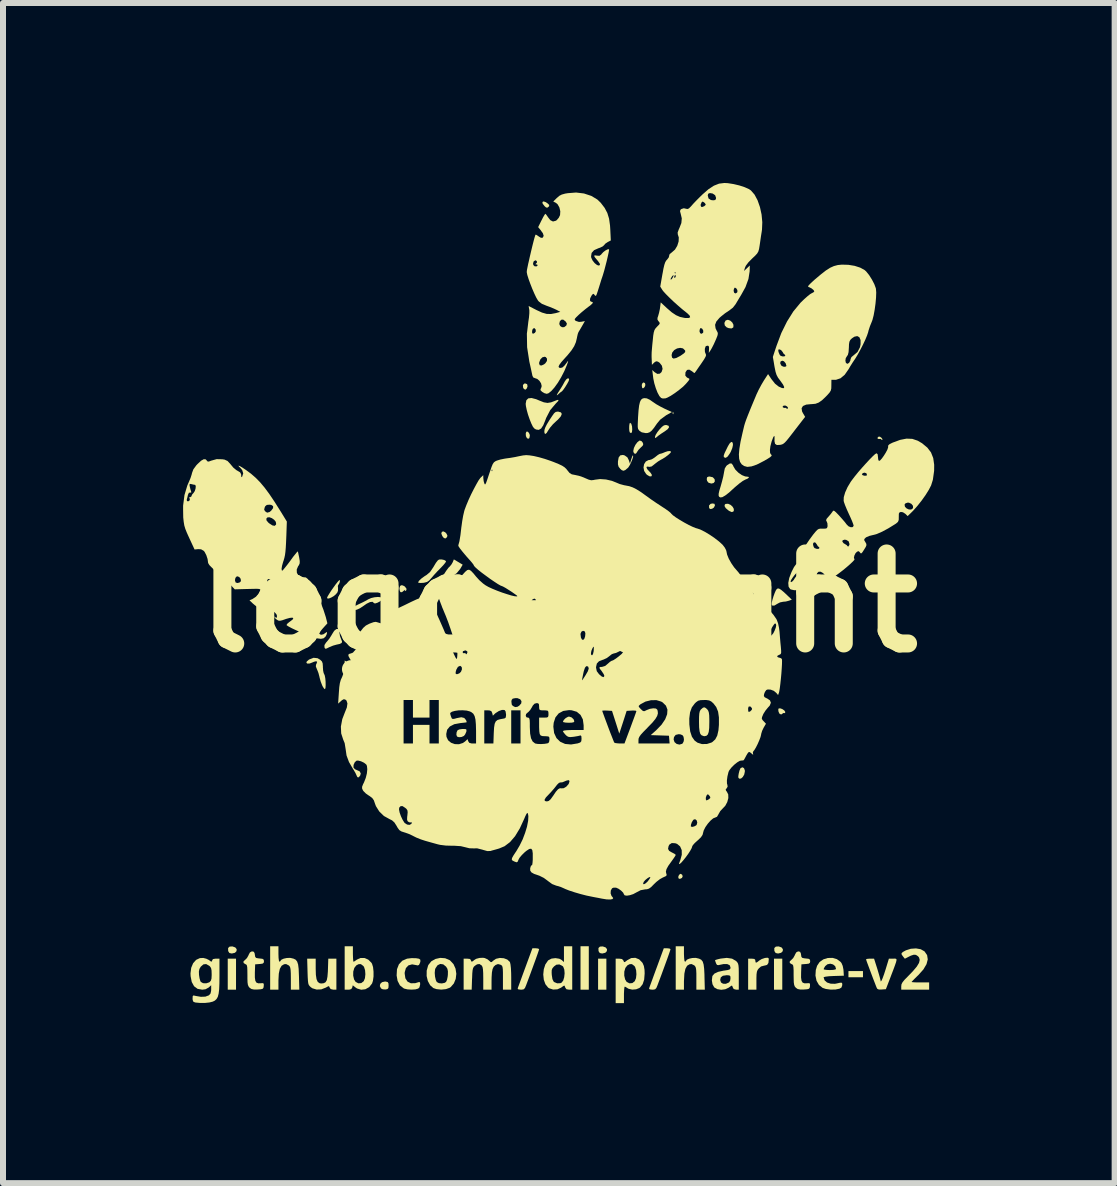
<source format=kicad_pcb>
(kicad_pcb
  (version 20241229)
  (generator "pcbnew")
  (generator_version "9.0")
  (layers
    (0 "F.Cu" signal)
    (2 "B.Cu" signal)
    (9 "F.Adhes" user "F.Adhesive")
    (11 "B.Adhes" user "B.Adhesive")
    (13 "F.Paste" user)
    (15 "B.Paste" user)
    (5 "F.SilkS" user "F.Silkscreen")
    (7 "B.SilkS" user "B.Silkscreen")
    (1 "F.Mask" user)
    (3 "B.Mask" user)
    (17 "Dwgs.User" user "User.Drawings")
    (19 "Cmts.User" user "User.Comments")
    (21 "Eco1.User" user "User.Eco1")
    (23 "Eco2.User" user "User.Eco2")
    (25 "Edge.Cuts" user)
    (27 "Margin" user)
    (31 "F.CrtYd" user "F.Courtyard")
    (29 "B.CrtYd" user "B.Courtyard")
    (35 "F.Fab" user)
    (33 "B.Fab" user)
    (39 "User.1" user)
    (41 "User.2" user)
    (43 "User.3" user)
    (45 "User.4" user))
  (footprint "logo-right"
    (layer "F.Cu")
    (at 6.264 6.997)
    (property "Reference" "logo-right" (at 0 0 0) (layer "F.SilkS") (effects (font (size 1.5 1.5) (thickness 0.3))))
    (attr board_only exclude_from_pos_files exclude_from_bom)
    (fp_poly (pts (xy 1.909 -3.176) (xy 1.911 -3.149) (xy 1.907 -3.143) (xy 1.899 -3.148) (xy 1.898 -3.166) (xy 1.902 -3.184)) (stroke (width 0) (type solid)) (fill yes) (layer "F.SilkS"))
    (fp_poly (pts (xy -5.38 6.19) (xy -5.38 6.449) (xy -5.449 6.449) (xy -5.518 6.449) (xy -5.518 6.19) (xy -5.518 5.932) (xy -5.449 5.932) (xy -5.38 5.932)) (stroke (width 0) (type solid)) (fill yes) (layer "F.SilkS"))
    (fp_poly (pts (xy 0.5 6.087) (xy 0.5 6.449) (xy 0.431 6.449) (xy 0.362 6.449) (xy 0.362 6.087) (xy 0.362 5.725) (xy 0.431 5.725) (xy 0.5 5.725)) (stroke (width 0) (type solid)) (fill yes) (layer "F.SilkS"))
    (fp_poly (pts (xy 0.793 6.19) (xy 0.793 6.449) (xy 0.724 6.449) (xy 0.655 6.449) (xy 0.655 6.19) (xy 0.655 5.932) (xy 0.724 5.932) (xy 0.793 5.932)) (stroke (width 0) (type solid)) (fill yes) (layer "F.SilkS"))
    (fp_poly (pts (xy 3.725 6.19) (xy 3.725 6.449) (xy 3.656 6.449) (xy 3.587 6.449) (xy 3.587 6.19) (xy 3.587 5.932) (xy 3.656 5.932) (xy 3.725 5.932)) (stroke (width 0) (type solid)) (fill yes) (layer "F.SilkS"))
    (fp_poly (pts (xy 5.07 6.19) (xy 5.07 6.242) (xy 4.949 6.242) (xy 4.828 6.242) (xy 4.828 6.19) (xy 4.828 6.139) (xy 4.949 6.139) (xy 5.07 6.139)) (stroke (width 0) (type solid)) (fill yes) (layer "F.SilkS"))
    (fp_poly (pts (xy -1.892 -1.174) (xy -1.872 -1.152) (xy -1.856 -1.117) (xy -1.865 -1.092) (xy -1.891 -1.071) (xy -1.917 -1.081) (xy -1.941 -1.111) (xy -1.958 -1.154) (xy -1.949 -1.182) (xy -1.925 -1.19)) (stroke (width 0) (type solid)) (fill yes) (layer "F.SilkS"))
    (fp_poly (pts (xy 1.437 -3.66) (xy 1.443 -3.629) (xy 1.431 -3.597) (xy 1.426 -3.591) (xy 1.403 -3.573) (xy 1.392 -3.581) (xy 1.387 -3.592) (xy 1.383 -3.631) (xy 1.395 -3.662) (xy 1.414 -3.673)) (stroke (width 0) (type solid)) (fill yes) (layer "F.SilkS"))
    (fp_poly (pts (xy 2.055 4.531) (xy 2.065 4.559) (xy 2.053 4.586) (xy 2.05 4.588) (xy 2.018 4.603) (xy 1.996 4.594) (xy 1.991 4.569) (xy 2.003 4.538) (xy 2.024 4.519) (xy 2.029 4.518)) (stroke (width 0) (type solid)) (fill yes) (layer "F.SilkS"))
    (fp_poly (pts (xy 2.594 -1.65) (xy 2.602 -1.628) (xy 2.601 -1.618) (xy 2.585 -1.587) (xy 2.556 -1.567) (xy 2.525 -1.562) (xy 2.506 -1.578) (xy 2.504 -1.621) (xy 2.53 -1.649) (xy 2.561 -1.655)) (stroke (width 0) (type solid)) (fill yes) (layer "F.SilkS"))
    (fp_poly (pts (xy -0.531 -3.645) (xy -0.526 -3.638) (xy -0.521 -3.607) (xy -0.533 -3.573) (xy -0.555 -3.553) (xy -0.56 -3.552) (xy -0.584 -3.567) (xy -0.595 -3.587) (xy -0.598 -3.629) (xy -0.576 -3.653) (xy -0.56 -3.656)) (stroke (width 0) (type solid)) (fill yes) (layer "F.SilkS"))
    (fp_poly (pts (xy -0.498 -2.832) (xy -0.484 -2.799) (xy -0.483 -2.784) (xy -0.491 -2.744) (xy -0.511 -2.733) (xy -0.532 -2.746) (xy -0.548 -2.778) (xy -0.551 -2.82) (xy -0.541 -2.851) (xy -0.54 -2.851) (xy -0.52 -2.853)) (stroke (width 0) (type solid)) (fill yes) (layer "F.SilkS"))
    (fp_poly (pts (xy -0.216 -6.677) (xy -0.187 -6.657) (xy -0.161 -6.632) (xy -0.16 -6.613) (xy -0.172 -6.599) (xy -0.194 -6.584) (xy -0.216 -6.592) (xy -0.237 -6.611) (xy -0.269 -6.652) (xy -0.273 -6.68) (xy -0.254 -6.69)) (stroke (width 0) (type solid)) (fill yes) (layer "F.SilkS"))
    (fp_poly (pts (xy 5.353 -2.768) (xy 5.378 -2.75) (xy 5.394 -2.728) (xy 5.392 -2.713) (xy 5.381 -2.714) (xy 5.38 -2.72) (xy 5.366 -2.731) (xy 5.346 -2.73) (xy 5.317 -2.732) (xy 5.312 -2.75) (xy 5.33 -2.769)) (stroke (width 0) (type solid)) (fill yes) (layer "F.SilkS"))
    (fp_poly (pts (xy -5.392 5.745) (xy -5.369 5.774) (xy -5.372 5.807) (xy -5.398 5.834) (xy -5.448 5.846) (xy -5.451 5.846) (xy -5.49 5.838) (xy -5.509 5.809) (xy -5.511 5.801) (xy -5.512 5.755) (xy -5.487 5.731) (xy -5.44 5.728)) (stroke (width 0) (type solid)) (fill yes) (layer "F.SilkS"))
    (fp_poly (pts (xy -4.441 0.666) (xy -4.403 0.694) (xy -4.384 0.734) (xy -4.383 0.749) (xy -4.402 0.778) (xy -4.44 0.79) (xy -4.485 0.783) (xy -4.507 0.771) (xy -4.531 0.737) (xy -4.531 0.698) (xy -4.51 0.668) (xy -4.486 0.658)) (stroke (width 0) (type solid)) (fill yes) (layer "F.SilkS"))
    (fp_poly (pts (xy 0.781 5.745) (xy 0.804 5.774) (xy 0.801 5.807) (xy 0.775 5.834) (xy 0.725 5.846) (xy 0.722 5.846) (xy 0.683 5.838) (xy 0.664 5.809) (xy 0.662 5.801) (xy 0.661 5.755) (xy 0.686 5.731) (xy 0.733 5.728)) (stroke (width 0) (type solid)) (fill yes) (layer "F.SilkS"))
    (fp_poly (pts (xy 1.208 -2.984) (xy 1.221 -2.94) (xy 1.224 -2.887) (xy 1.219 -2.842) (xy 1.203 -2.828) (xy 1.184 -2.839) (xy 1.176 -2.863) (xy 1.173 -2.903) (xy 1.174 -2.948) (xy 1.179 -2.985) (xy 1.188 -3) (xy 1.188 -3)) (stroke (width 0) (type solid)) (fill yes) (layer "F.SilkS"))
    (fp_poly (pts (xy 2.567 -2.092) (xy 2.597 -2.06) (xy 2.601 -2.023) (xy 2.581 -1.996) (xy 2.543 -1.987) (xy 2.498 -2) (xy 2.496 -2.001) (xy 2.472 -2.031) (xy 2.466 -2.061) (xy 2.472 -2.092) (xy 2.497 -2.103) (xy 2.515 -2.104)) (stroke (width 0) (type solid)) (fill yes) (layer "F.SilkS"))
    (fp_poly (pts (xy 3.713 5.745) (xy 3.735 5.774) (xy 3.733 5.807) (xy 3.706 5.834) (xy 3.657 5.846) (xy 3.654 5.846) (xy 3.615 5.838) (xy 3.596 5.809) (xy 3.593 5.801) (xy 3.592 5.755) (xy 3.618 5.731) (xy 3.665 5.728)) (stroke (width 0) (type solid)) (fill yes) (layer "F.SilkS"))
    (fp_poly (pts (xy -2.885 6.314) (xy -2.852 6.322) (xy -2.839 6.344) (xy -2.837 6.38) (xy -2.84 6.421) (xy -2.856 6.439) (xy -2.888 6.446) (xy -2.933 6.443) (xy -2.962 6.429) (xy -2.983 6.39) (xy -2.976 6.352) (xy -2.946 6.324) (xy -2.897 6.313)) (stroke (width 0) (type solid)) (fill yes) (layer "F.SilkS"))
    (fp_poly (pts (xy 0.212 1.91) (xy 0.246 1.941) (xy 0.259 1.976) (xy 0.249 1.991) (xy 0.216 1.998) (xy 0.164 2) (xy 0.112 1.997) (xy 0.077 1.99) (xy 0.069 1.983) (xy 0.083 1.954) (xy 0.115 1.922) (xy 0.153 1.901) (xy 0.171 1.897)) (stroke (width 0) (type solid)) (fill yes) (layer "F.SilkS"))
    (fp_poly (pts (xy 2.857 -4.703) (xy 2.891 -4.673) (xy 2.911 -4.634) (xy 2.91 -4.595) (xy 2.906 -4.588) (xy 2.878 -4.572) (xy 2.83 -4.578) (xy 2.798 -4.591) (xy 2.767 -4.622) (xy 2.76 -4.664) (xy 2.779 -4.702) (xy 2.783 -4.706) (xy 2.818 -4.717)) (stroke (width 0) (type solid)) (fill yes) (layer "F.SilkS"))
    (fp_poly (pts (xy 2.863 -1.632) (xy 2.897 -1.601) (xy 2.917 -1.565) (xy 2.917 -1.532) (xy 2.907 -1.519) (xy 2.882 -1.512) (xy 2.845 -1.528) (xy 2.826 -1.54) (xy 2.782 -1.578) (xy 2.762 -1.613) (xy 2.769 -1.64) (xy 2.783 -1.648) (xy 2.822 -1.65)) (stroke (width 0) (type solid)) (fill yes) (layer "F.SilkS"))
    (fp_poly (pts (xy 3.724 1.771) (xy 3.758 1.794) (xy 3.774 1.817) (xy 3.772 1.839) (xy 3.762 1.838) (xy 3.738 1.839) (xy 3.733 1.845) (xy 3.708 1.862) (xy 3.681 1.852) (xy 3.663 1.818) (xy 3.658 1.782) (xy 3.663 1.763) (xy 3.688 1.759)) (stroke (width 0) (type solid)) (fill yes) (layer "F.SilkS"))
    (fp_poly (pts (xy 3.087 2.757) (xy 3.101 2.794) (xy 3.101 2.815) (xy 3.09 2.865) (xy 3.066 2.905) (xy 3.037 2.93) (xy 3.009 2.932) (xy 2.994 2.918) (xy 2.992 2.891) (xy 2.999 2.847) (xy 3.011 2.799) (xy 3.026 2.763) (xy 3.032 2.755) (xy 3.062 2.742)) (stroke (width 0) (type solid)) (fill yes) (layer "F.SilkS"))
    (fp_poly (pts (xy -2.578 -0.279) (xy -2.562 -0.266) (xy -2.537 -0.231) (xy -2.544 -0.205) (xy -2.555 -0.197) (xy -2.566 -0.195) (xy -2.56 -0.209) (xy -2.56 -0.218) (xy -2.58 -0.203) (xy -2.581 -0.203) (xy -2.612 -0.178) (xy -2.632 -0.175) (xy -2.644 -0.184) (xy -2.652 -0.208) (xy -2.656 -0.244) (xy -2.644 -0.282) (xy -2.616 -0.294)) (stroke (width 0) (type solid)) (fill yes) (layer "F.SilkS"))
    (fp_poly (pts (xy -1.555 2.105) (xy -1.539 2.115) (xy -1.54 2.14) (xy -1.542 2.151) (xy -1.561 2.194) (xy -1.582 2.22) (xy -1.621 2.237) (xy -1.664 2.241) (xy -1.696 2.23) (xy -1.696 2.23) (xy -1.707 2.2) (xy -1.703 2.158) (xy -1.687 2.125) (xy -1.686 2.124) (xy -1.657 2.111) (xy -1.609 2.104) (xy -1.598 2.104)) (stroke (width 0) (type solid)) (fill yes) (layer "F.SilkS"))
    (fp_poly (pts (xy 1.378 -2.695) (xy 1.398 -2.671) (xy 1.408 -2.643) (xy 1.399 -2.619) (xy 1.367 -2.588) (xy 1.33 -2.551) (xy 1.307 -2.518) (xy 1.305 -2.513) (xy 1.285 -2.485) (xy 1.261 -2.486) (xy 1.244 -2.511) (xy 1.242 -2.532) (xy 1.252 -2.58) (xy 1.277 -2.632) (xy 1.31 -2.676) (xy 1.343 -2.702) (xy 1.349 -2.704)) (stroke (width 0) (type solid)) (fill yes) (layer "F.SilkS"))
    (fp_poly (pts (xy 1.791 -2.963) (xy 1.83 -2.95) (xy 1.838 -2.926) (xy 1.816 -2.894) (xy 1.763 -2.855) (xy 1.709 -2.82) (xy 1.661 -2.786) (xy 1.642 -2.77) (xy 1.615 -2.748) (xy 1.605 -2.748) (xy 1.604 -2.769) (xy 1.615 -2.799) (xy 1.643 -2.844) (xy 1.675 -2.885) (xy 1.72 -2.933) (xy 1.753 -2.957) (xy 1.784 -2.963)) (stroke (width 0) (type solid)) (fill yes) (layer "F.SilkS"))
    (fp_poly (pts (xy 2.899 -2.668) (xy 2.903 -2.631) (xy 2.892 -2.579) (xy 2.867 -2.518) (xy 2.854 -2.494) (xy 2.815 -2.438) (xy 2.782 -2.415) (xy 2.755 -2.425) (xy 2.75 -2.431) (xy 2.75 -2.457) (xy 2.764 -2.496) (xy 2.787 -2.543) (xy 2.814 -2.599) (xy 2.821 -2.612) (xy 2.846 -2.654) (xy 2.872 -2.679) (xy 2.88 -2.681)) (stroke (width 0) (type solid)) (fill yes) (layer "F.SilkS"))
    (fp_poly (pts (xy 3.67 -0.237) (xy 3.704 -0.217) (xy 3.753 -0.176) (xy 3.784 -0.147) (xy 3.884 -0.052) (xy 3.838 -0.035) (xy 3.784 -0.021) (xy 3.739 -0.017) (xy 3.687 -0.006) (xy 3.643 0.017) (xy 3.595 0.046) (xy 3.561 0.048) (xy 3.548 0.03) (xy 3.549 0.003) (xy 3.56 -0.045) (xy 3.577 -0.103) (xy 3.597 -0.159) (xy 3.616 -0.203) (xy 3.626 -0.22) (xy 3.645 -0.237)) (stroke (width 0) (type solid)) (fill yes) (layer "F.SilkS"))
    (fp_poly (pts (xy -0.009 -3.186) (xy 0.036 -3.173) (xy 0.05 -3.147) (xy 0.033 -3.106) (xy -0.014 -3.053) (xy -0.043 -3.027) (xy -0.097 -2.976) (xy -0.144 -2.921) (xy -0.173 -2.878) (xy -0.203 -2.83) (xy -0.225 -2.813) (xy -0.238 -2.827) (xy -0.241 -2.858) (xy -0.237 -2.888) (xy -0.224 -2.925) (xy -0.199 -2.974) (xy -0.159 -3.04) (xy -0.112 -3.111) (xy -0.079 -3.158) (xy -0.051 -3.181) (xy -0.021 -3.186)) (stroke (width 0) (type solid)) (fill yes) (layer "F.SilkS"))
    (fp_poly (pts (xy 0.168 -3.737) (xy 0.172 -3.719) (xy 0.163 -3.693) (xy 0.14 -3.65) (xy 0.11 -3.601) (xy 0.079 -3.556) (xy 0.054 -3.526) (xy 0.046 -3.52) (xy 0.023 -3.504) (xy -0.002 -3.481) (xy -0.026 -3.461) (xy -0.034 -3.459) (xy -0.026 -3.479) (xy -0.005 -3.514) (xy -0.004 -3.515) (xy 0.037 -3.579) (xy 0.066 -3.627) (xy 0.091 -3.673) (xy 0.098 -3.686) (xy 0.124 -3.723) (xy 0.15 -3.741)) (stroke (width 0) (type solid)) (fill yes) (layer "F.SilkS"))
    (fp_poly (pts (xy -3.648 -0.367) (xy -3.653 -0.339) (xy -3.665 -0.311) (xy -3.675 -0.3) (xy -3.683 -0.279) (xy -3.68 -0.251) (xy -3.68 -0.203) (xy -3.69 -0.173) (xy -3.716 -0.141) (xy -3.753 -0.11) (xy -3.795 -0.086) (xy -3.833 -0.071) (xy -3.857 -0.072) (xy -3.863 -0.082) (xy -3.853 -0.106) (xy -3.828 -0.148) (xy -3.794 -0.201) (xy -3.754 -0.258) (xy -3.715 -0.312) (xy -3.681 -0.354) (xy -3.659 -0.377) (xy -3.654 -0.379)) (stroke (width 0) (type solid)) (fill yes) (layer "F.SilkS"))
    (fp_poly (pts (xy -3.661 0.462) (xy -3.656 0.502) (xy -3.647 0.555) (xy -3.628 0.607) (xy -3.613 0.645) (xy -3.618 0.669) (xy -3.65 0.686) (xy -3.705 0.698) (xy -3.762 0.714) (xy -3.823 0.739) (xy -3.831 0.743) (xy -3.871 0.763) (xy -3.892 0.766) (xy -3.902 0.753) (xy -3.906 0.74) (xy -3.906 0.705) (xy -3.88 0.664) (xy -3.866 0.649) (xy -3.824 0.597) (xy -3.786 0.537) (xy -3.779 0.524) (xy -3.744 0.468) (xy -3.709 0.439) (xy -3.68 0.437)) (stroke (width 0) (type solid)) (fill yes) (layer "F.SilkS"))
    (fp_poly (pts (xy 1.098 -2.456) (xy 1.143 -2.424) (xy 1.166 -2.379) (xy 1.186 -2.319) (xy 1.208 -2.393) (xy 1.222 -2.435) (xy 1.234 -2.457) (xy 1.237 -2.458) (xy 1.239 -2.436) (xy 1.227 -2.394) (xy 1.207 -2.344) (xy 1.183 -2.294) (xy 1.159 -2.256) (xy 1.15 -2.247) (xy 1.107 -2.211) (xy 1.076 -2.2) (xy 1.047 -2.212) (xy 1.025 -2.232) (xy 0.997 -2.267) (xy 0.986 -2.306) (xy 0.986 -2.356) (xy 0.998 -2.422) (xy 1.025 -2.457) (xy 1.069 -2.464)) (stroke (width 0) (type solid)) (fill yes) (layer "F.SilkS"))
    (fp_poly (pts (xy -0.346 5.763) (xy -0.328 5.773) (xy -0.328 5.774) (xy -0.334 5.796) (xy -0.352 5.849) (xy -0.382 5.934) (xy -0.424 6.049) (xy -0.477 6.194) (xy -0.542 6.368) (xy -0.545 6.376) (xy -0.564 6.421) (xy -0.585 6.443) (xy -0.618 6.449) (xy -0.633 6.449) (xy -0.675 6.444) (xy -0.686 6.43) (xy -0.685 6.428) (xy -0.677 6.405) (xy -0.659 6.356) (xy -0.633 6.285) (xy -0.601 6.197) (xy -0.565 6.099) (xy -0.559 6.083) (xy -0.44 5.759) (xy -0.384 5.759)) (stroke (width 0) (type solid)) (fill yes) (layer "F.SilkS"))
    (fp_poly (pts (xy 1.844 5.763) (xy 1.862 5.773) (xy 1.862 5.774) (xy 1.856 5.796) (xy 1.838 5.849) (xy 1.808 5.934) (xy 1.766 6.049) (xy 1.713 6.194) (xy 1.648 6.368) (xy 1.645 6.376) (xy 1.626 6.421) (xy 1.605 6.443) (xy 1.572 6.449) (xy 1.557 6.449) (xy 1.515 6.444) (xy 1.504 6.43) (xy 1.505 6.428) (xy 1.513 6.405) (xy 1.531 6.356) (xy 1.557 6.285) (xy 1.589 6.197) (xy 1.625 6.099) (xy 1.631 6.083) (xy 1.75 5.759) (xy 1.806 5.759)) (stroke (width 0) (type solid)) (fill yes) (layer "F.SilkS"))
    (fp_poly (pts (xy 2.448 1.753) (xy 2.476 1.778) (xy 2.491 1.8) (xy 2.501 1.83) (xy 2.507 1.876) (xy 2.509 1.944) (xy 2.509 1.991) (xy 2.507 2.087) (xy 2.499 2.153) (xy 2.484 2.195) (xy 2.461 2.217) (xy 2.426 2.224) (xy 2.421 2.224) (xy 2.38 2.209) (xy 2.359 2.186) (xy 2.347 2.145) (xy 2.339 2.077) (xy 2.337 1.985) (xy 2.337 1.981) (xy 2.338 1.899) (xy 2.342 1.845) (xy 2.35 1.809) (xy 2.364 1.784) (xy 2.369 1.778) (xy 2.4 1.751) (xy 2.423 1.742)) (stroke (width 0) (type solid)) (fill yes) (layer "F.SilkS"))
    (fp_poly (pts (xy -2.968 -0.092) (xy -2.943 -0.077) (xy -2.94 -0.068) (xy -2.953 -0.046) (xy -2.984 -0.021) (xy -3.023 -0.000376) (xy -3.059 0.011) (xy -3.08 0.007) (xy -3.082 0.004) (xy -3.104 -0.016) (xy -3.146 -0.012) (xy -3.202 0.015) (xy -3.255 0.052) (xy -3.315 0.092) (xy -3.368 0.116) (xy -3.408 0.121) (xy -3.429 0.106) (xy -3.432 0.094) (xy -3.416 0.072) (xy -3.375 0.044) (xy -3.337 0.025) (xy -3.271 -0.006) (xy -3.207 -0.039) (xy -3.177 -0.057) (xy -3.127 -0.079) (xy -3.07 -0.092) (xy -3.014 -0.097)) (stroke (width 0) (type solid)) (fill yes) (layer "F.SilkS"))
    (fp_poly (pts (xy -1.91 -0.713) (xy -1.883 -0.697) (xy -1.88 -0.688) (xy -1.891 -0.668) (xy -1.921 -0.631) (xy -1.964 -0.585) (xy -1.97 -0.579) (xy -2.026 -0.522) (xy -2.082 -0.461) (xy -2.121 -0.415) (xy -2.162 -0.37) (xy -2.199 -0.346) (xy -2.246 -0.334) (xy -2.263 -0.332) (xy -2.313 -0.33) (xy -2.341 -0.335) (xy -2.345 -0.34) (xy -2.331 -0.365) (xy -2.293 -0.402) (xy -2.237 -0.443) (xy -2.203 -0.464) (xy -2.145 -0.514) (xy -2.09 -0.595) (xy -2.082 -0.609) (xy -2.048 -0.666) (xy -2.017 -0.706) (xy -1.995 -0.721) (xy -1.952 -0.722)) (stroke (width 0) (type solid)) (fill yes) (layer "F.SilkS"))
    (fp_poly (pts (xy -0.377 -3.393) (xy -0.325 -3.371) (xy -0.249 -3.341) (xy -0.188 -3.331) (xy -0.128 -3.341) (xy -0.073 -3.362) (xy -0.024 -3.381) (xy -0.004 -3.381) (xy -0.011 -3.362) (xy -0.048 -3.323) (xy -0.051 -3.32) (xy -0.143 -3.211) (xy -0.21 -3.082) (xy -0.224 -3.044) (xy -0.259 -2.958) (xy -0.295 -2.904) (xy -0.334 -2.882) (xy -0.379 -2.888) (xy -0.409 -2.906) (xy -0.432 -2.935) (xy -0.458 -2.988) (xy -0.486 -3.058) (xy -0.513 -3.136) (xy -0.534 -3.212) (xy -0.548 -3.278) (xy -0.552 -3.316) (xy -0.541 -3.375) (xy -0.509 -3.407) (xy -0.454 -3.413)) (stroke (width 0) (type solid)) (fill yes) (layer "F.SilkS"))
    (fp_poly (pts (xy 1.467 -3.407) (xy 1.516 -3.384) (xy 1.562 -3.352) (xy 1.622 -3.311) (xy 1.698 -3.268) (xy 1.765 -3.234) (xy 1.885 -3.179) (xy 1.789 -3.125) (xy 1.69 -3.052) (xy 1.637 -2.988) (xy 1.587 -2.916) (xy 1.548 -2.869) (xy 1.514 -2.842) (xy 1.48 -2.83) (xy 1.449 -2.828) (xy 1.383 -2.841) (xy 1.348 -2.863) (xy 1.332 -2.881) (xy 1.321 -2.9) (xy 1.316 -2.93) (xy 1.316 -2.976) (xy 1.319 -3.046) (xy 1.321 -3.092) (xy 1.329 -3.206) (xy 1.339 -3.289) (xy 1.353 -3.347) (xy 1.371 -3.384) (xy 1.396 -3.404) (xy 1.424 -3.411)) (stroke (width 0) (type solid)) (fill yes) (layer "F.SilkS"))
    (fp_poly (pts (xy 3.497 5.924) (xy 3.5 5.943) (xy 3.494 6.003) (xy 3.472 6.036) (xy 3.433 6.047) (xy 3.428 6.047) (xy 3.371 6.062) (xy 3.334 6.094) (xy 3.314 6.12) (xy 3.302 6.15) (xy 3.296 6.193) (xy 3.294 6.256) (xy 3.294 6.295) (xy 3.294 6.449) (xy 3.225 6.449) (xy 3.156 6.449) (xy 3.156 6.19) (xy 3.156 5.932) (xy 3.216 5.932) (xy 3.258 5.936) (xy 3.274 5.951) (xy 3.276 5.966) (xy 3.281 5.995) (xy 3.299 5.996) (xy 3.333 5.97) (xy 3.337 5.966) (xy 3.381 5.939) (xy 3.434 5.921) (xy 3.438 5.92) (xy 3.479 5.916)) (stroke (width 0) (type solid)) (fill yes) (layer "F.SilkS"))
    (fp_poly (pts (xy 2.881 -2.321) (xy 2.904 -2.29) (xy 2.911 -2.272) (xy 2.943 -2.219) (xy 2.994 -2.168) (xy 3.051 -2.128) (xy 3.106 -2.106) (xy 3.123 -2.104) (xy 3.162 -2.099) (xy 3.169 -2.086) (xy 3.145 -2.068) (xy 3.109 -2.053) (xy 3.068 -2.031) (xy 3.013 -1.991) (xy 2.952 -1.94) (xy 2.922 -1.914) (xy 2.838 -1.837) (xy 2.773 -1.787) (xy 2.725 -1.76) (xy 2.691 -1.756) (xy 2.672 -1.768) (xy 2.664 -1.787) (xy 2.665 -1.819) (xy 2.676 -1.869) (xy 2.698 -1.941) (xy 2.72 -2.02) (xy 2.74 -2.099) (xy 2.752 -2.162) (xy 2.754 -2.175) (xy 2.767 -2.239) (xy 2.793 -2.281) (xy 2.807 -2.294) (xy 2.851 -2.322)) (stroke (width 0) (type solid)) (fill yes) (layer "F.SilkS"))
    (fp_poly (pts (xy -2.376 5.925) (xy -2.33 5.933) (xy -2.308 5.95) (xy -2.307 5.978) (xy -2.313 6.001) (xy -2.33 6.036) (xy -2.351 6.045) (xy -2.369 6.041) (xy -2.445 6.027) (xy -2.506 6.044) (xy -2.548 6.088) (xy -2.568 6.157) (xy -2.569 6.181) (xy -2.557 6.26) (xy -2.521 6.315) (xy -2.466 6.342) (xy -2.394 6.341) (xy -2.355 6.329) (xy -2.324 6.32) (xy -2.312 6.333) (xy -2.311 6.363) (xy -2.323 6.411) (xy -2.344 6.431) (xy -2.39 6.444) (xy -2.455 6.448) (xy -2.522 6.444) (xy -2.576 6.431) (xy -2.585 6.427) (xy -2.648 6.377) (xy -2.687 6.302) (xy -2.703 6.212) (xy -2.697 6.108) (xy -2.665 6.026) (xy -2.608 5.966) (xy -2.529 5.932) (xy -2.452 5.923)) (stroke (width 0) (type solid)) (fill yes) (layer "F.SilkS"))
    (fp_poly (pts (xy 5.617 5.933) (xy 5.628 5.94) (xy 5.629 5.958) (xy 5.621 5.992) (xy 5.603 6.044) (xy 5.575 6.12) (xy 5.535 6.224) (xy 5.535 6.225) (xy 5.452 6.441) (xy 5.382 6.446) (xy 5.334 6.446) (xy 5.309 6.435) (xy 5.296 6.411) (xy 5.238 6.261) (xy 5.193 6.141) (xy 5.159 6.05) (xy 5.136 5.988) (xy 5.124 5.953) (xy 5.121 5.943) (xy 5.137 5.936) (xy 5.175 5.932) (xy 5.188 5.932) (xy 5.255 5.932) (xy 5.309 6.102) (xy 5.331 6.176) (xy 5.349 6.238) (xy 5.36 6.281) (xy 5.363 6.295) (xy 5.367 6.313) (xy 5.379 6.299) (xy 5.398 6.256) (xy 5.423 6.187) (xy 5.448 6.109) (xy 5.502 5.932) (xy 5.572 5.932) (xy 5.598 5.931)) (stroke (width 0) (type solid)) (fill yes) (layer "F.SilkS"))
    (fp_poly (pts (xy -4.052 6.1) (xy -4.049 6.202) (xy -4.038 6.274) (xy -4.018 6.319) (xy -3.988 6.341) (xy -3.96 6.346) (xy -3.917 6.341) (xy -3.887 6.324) (xy -3.867 6.29) (xy -3.856 6.232) (xy -3.849 6.147) (xy -3.848 6.114) (xy -3.842 5.932) (xy -3.775 5.932) (xy -3.707 5.932) (xy -3.707 6.19) (xy -3.707 6.449) (xy -3.758 6.449) (xy -3.802 6.439) (xy -3.819 6.415) (xy -3.828 6.394) (xy -3.841 6.391) (xy -3.87 6.407) (xy -3.885 6.415) (xy -3.959 6.444) (xy -4.037 6.447) (xy -4.107 6.426) (xy -4.133 6.408) (xy -4.153 6.389) (xy -4.167 6.37) (xy -4.176 6.343) (xy -4.181 6.302) (xy -4.185 6.241) (xy -4.188 6.151) (xy -4.188 6.149) (xy -4.194 5.932) (xy -4.123 5.932) (xy -4.052 5.932)) (stroke (width 0) (type solid)) (fill yes) (layer "F.SilkS"))
    (fp_poly (pts (xy -4.021 0.924) (xy -3.977 0.95) (xy -3.949 0.977) (xy -3.936 1.01) (xy -3.932 1.062) (xy -3.932 1.076) (xy -3.928 1.131) (xy -3.919 1.172) (xy -3.912 1.186) (xy -3.901 1.212) (xy -3.892 1.259) (xy -3.887 1.317) (xy -3.886 1.374) (xy -3.889 1.418) (xy -3.897 1.44) (xy -3.912 1.431) (xy -3.933 1.399) (xy -3.945 1.375) (xy -3.969 1.312) (xy -3.987 1.247) (xy -3.99 1.232) (xy -4.006 1.171) (xy -4.029 1.112) (xy -4.031 1.108) (xy -4.049 1.064) (xy -4.047 1.033) (xy -4.039 1.018) (xy -4.028 0.986) (xy -4.043 0.974) (xy -4.08 0.983) (xy -4.098 0.991) (xy -4.151 1.012) (xy -4.189 1.014) (xy -4.207 1.002) (xy -4.201 0.979) (xy -4.165 0.948) (xy -4.157 0.944) (xy -4.087 0.917)) (stroke (width 0) (type solid)) (fill yes) (layer "F.SilkS"))
    (fp_poly (pts (xy -4.673 5.854) (xy -4.671 5.919) (xy -4.665 5.965) (xy -4.657 5.983) (xy -4.656 5.984) (xy -4.639 5.972) (xy -4.639 5.968) (xy -4.623 5.949) (xy -4.585 5.932) (xy -4.534 5.921) (xy -4.483 5.919) (xy -4.471 5.92) (xy -4.421 5.932) (xy -4.385 5.95) (xy -4.361 5.981) (xy -4.345 6.03) (xy -4.336 6.102) (xy -4.332 6.201) (xy -4.331 6.225) (xy -4.325 6.449) (xy -4.396 6.449) (xy -4.466 6.449) (xy -4.466 6.262) (xy -4.467 6.178) (xy -4.47 6.12) (xy -4.476 6.083) (xy -4.486 6.06) (xy -4.5 6.045) (xy -4.545 6.022) (xy -4.579 6.025) (xy -4.62 6.05) (xy -4.65 6.102) (xy -4.667 6.182) (xy -4.673 6.293) (xy -4.673 6.302) (xy -4.673 6.449) (xy -4.742 6.449) (xy -4.811 6.449) (xy -4.811 6.087) (xy -4.811 5.725) (xy -4.742 5.725) (xy -4.673 5.725)) (stroke (width 0) (type solid)) (fill yes) (layer "F.SilkS"))
    (fp_poly (pts (xy 1.857 -2.528) (xy 1.87 -2.517) (xy 1.863 -2.5) (xy 1.83 -2.469) (xy 1.826 -2.466) (xy 1.774 -2.426) (xy 1.718 -2.392) (xy 1.707 -2.387) (xy 1.654 -2.355) (xy 1.6 -2.314) (xy 1.592 -2.307) (xy 1.547 -2.272) (xy 1.51 -2.265) (xy 1.503 -2.267) (xy 1.469 -2.27) (xy 1.461 -2.254) (xy 1.477 -2.223) (xy 1.501 -2.198) (xy 1.533 -2.162) (xy 1.551 -2.132) (xy 1.552 -2.126) (xy 1.541 -2.106) (xy 1.512 -2.108) (xy 1.474 -2.13) (xy 1.456 -2.146) (xy 1.423 -2.197) (xy 1.412 -2.255) (xy 1.422 -2.31) (xy 1.45 -2.354) (xy 1.494 -2.378) (xy 1.514 -2.38) (xy 1.549 -2.391) (xy 1.593 -2.418) (xy 1.61 -2.431) (xy 1.65 -2.463) (xy 1.681 -2.481) (xy 1.69 -2.483) (xy 1.718 -2.49) (xy 1.761 -2.507) (xy 1.769 -2.511) (xy 1.815 -2.526) (xy 1.852 -2.529)) (stroke (width 0) (type solid)) (fill yes) (layer "F.SilkS"))
    (fp_poly (pts (xy 2.086 5.854) (xy 2.089 5.919) (xy 2.094 5.965) (xy 2.103 5.983) (xy 2.104 5.984) (xy 2.12 5.972) (xy 2.121 5.968) (xy 2.136 5.949) (xy 2.175 5.932) (xy 2.226 5.921) (xy 2.277 5.919) (xy 2.288 5.92) (xy 2.338 5.932) (xy 2.374 5.95) (xy 2.399 5.981) (xy 2.414 6.03) (xy 2.423 6.102) (xy 2.428 6.201) (xy 2.428 6.225) (xy 2.434 6.449) (xy 2.364 6.449) (xy 2.293 6.449) (xy 2.293 6.262) (xy 2.293 6.178) (xy 2.29 6.12) (xy 2.284 6.083) (xy 2.273 6.06) (xy 2.26 6.045) (xy 2.214 6.022) (xy 2.181 6.025) (xy 2.139 6.05) (xy 2.11 6.102) (xy 2.093 6.182) (xy 2.087 6.293) (xy 2.086 6.302) (xy 2.086 6.449) (xy 2.018 6.449) (xy 1.949 6.449) (xy 1.949 6.087) (xy 1.949 5.725) (xy 2.018 5.725) (xy 2.086 5.725)) (stroke (width 0) (type solid)) (fill yes) (layer "F.SilkS"))
    (fp_poly (pts (xy -1.894 5.925) (xy -1.819 5.957) (xy -1.811 5.963) (xy -1.755 6.023) (xy -1.721 6.099) (xy -1.708 6.184) (xy -1.718 6.269) (xy -1.749 6.345) (xy -1.801 6.405) (xy -1.818 6.417) (xy -1.881 6.44) (xy -1.96 6.448) (xy -2.038 6.44) (xy -2.091 6.422) (xy -2.145 6.374) (xy -2.183 6.304) (xy -2.203 6.221) (xy -2.202 6.169) (xy -2.068 6.169) (xy -2.063 6.231) (xy -2.05 6.288) (xy -2.034 6.321) (xy -1.999 6.34) (xy -1.95 6.345) (xy -1.902 6.335) (xy -1.879 6.319) (xy -1.864 6.287) (xy -1.853 6.235) (xy -1.849 6.202) (xy -1.848 6.142) (xy -1.857 6.1) (xy -1.879 6.065) (xy -1.926 6.027) (xy -1.976 6.02) (xy -2.021 6.042) (xy -2.055 6.091) (xy -2.063 6.115) (xy -2.068 6.169) (xy -2.202 6.169) (xy -2.202 6.133) (xy -2.179 6.049) (xy -2.173 6.036) (xy -2.125 5.976) (xy -2.056 5.937) (xy -1.976 5.919)) (stroke (width 0) (type solid)) (fill yes) (layer "F.SilkS"))
    (fp_poly (pts (xy 6.033 5.775) (xy 6.093 5.809) (xy 6.096 5.811) (xy 6.139 5.873) (xy 6.15 5.944) (xy 6.129 6.024) (xy 6.077 6.112) (xy 5.992 6.207) (xy 5.983 6.215) (xy 5.936 6.261) (xy 5.9 6.298) (xy 5.881 6.319) (xy 5.88 6.321) (xy 5.896 6.324) (xy 5.939 6.327) (xy 6 6.328) (xy 6.027 6.328) (xy 6.173 6.328) (xy 6.173 6.389) (xy 6.173 6.449) (xy 5.94 6.449) (xy 5.708 6.449) (xy 5.708 6.393) (xy 5.712 6.359) (xy 5.729 6.326) (xy 5.763 6.284) (xy 5.813 6.233) (xy 5.903 6.14) (xy 5.967 6.064) (xy 6.004 6.003) (xy 6.016 5.953) (xy 6.005 5.913) (xy 5.987 5.891) (xy 5.953 5.869) (xy 5.917 5.866) (xy 5.868 5.882) (xy 5.836 5.898) (xy 5.768 5.933) (xy 5.738 5.896) (xy 5.715 5.864) (xy 5.713 5.841) (xy 5.736 5.82) (xy 5.786 5.793) (xy 5.868 5.767) (xy 5.954 5.761)) (stroke (width 0) (type solid)) (fill yes) (layer "F.SilkS"))
    (fp_poly (pts (xy -3.432 5.854) (xy -3.43 5.916) (xy -3.427 5.962) (xy -3.422 5.983) (xy -3.421 5.984) (xy -3.402 5.974) (xy -3.369 5.951) (xy -3.367 5.949) (xy -3.306 5.921) (xy -3.239 5.921) (xy -3.176 5.948) (xy -3.125 5.998) (xy -3.113 6.017) (xy -3.096 6.073) (xy -3.088 6.148) (xy -3.088 6.229) (xy -3.098 6.301) (xy -3.112 6.345) (xy -3.16 6.406) (xy -3.224 6.442) (xy -3.294 6.45) (xy -3.363 6.429) (xy -3.387 6.413) (xy -3.434 6.376) (xy -3.443 6.413) (xy -3.459 6.439) (xy -3.495 6.449) (xy -3.511 6.449) (xy -3.569 6.449) (xy -3.569 6.215) (xy -3.427 6.215) (xy -3.412 6.279) (xy -3.386 6.32) (xy -3.341 6.343) (xy -3.292 6.339) (xy -3.252 6.308) (xy -3.251 6.307) (xy -3.231 6.257) (xy -3.224 6.192) (xy -3.229 6.125) (xy -3.246 6.071) (xy -3.259 6.053) (xy -3.299 6.023) (xy -3.338 6.024) (xy -3.375 6.044) (xy -3.408 6.086) (xy -3.426 6.147) (xy -3.427 6.215) (xy -3.569 6.215) (xy -3.569 6.087) (xy -3.569 5.725) (xy -3.5 5.725) (xy -3.432 5.725)) (stroke (width 0) (type solid)) (fill yes) (layer "F.SilkS"))
    (fp_poly (pts (xy 0.224 6.087) (xy 0.224 6.449) (xy 0.171 6.449) (xy 0.128 6.442) (xy 0.109 6.416) (xy 0.108 6.415) (xy 0.098 6.387) (xy 0.091 6.38) (xy 0.073 6.39) (xy 0.041 6.413) (xy 0.039 6.415) (xy -0.023 6.443) (xy -0.094 6.447) (xy -0.16 6.426) (xy -0.178 6.414) (xy -0.223 6.358) (xy -0.25 6.283) (xy -0.259 6.196) (xy -0.256 6.167) (xy -0.119 6.167) (xy -0.117 6.203) (xy -0.106 6.273) (xy -0.086 6.314) (xy -0.077 6.322) (xy -0.027 6.343) (xy 0.026 6.341) (xy 0.046 6.332) (xy 0.073 6.298) (xy 0.09 6.242) (xy 0.097 6.177) (xy 0.092 6.115) (xy 0.075 6.069) (xy 0.064 6.056) (xy 0.01 6.028) (xy -0.041 6.033) (xy -0.079 6.061) (xy -0.106 6.092) (xy -0.118 6.123) (xy -0.119 6.167) (xy -0.256 6.167) (xy -0.25 6.108) (xy -0.224 6.028) (xy -0.18 5.964) (xy -0.173 5.958) (xy -0.121 5.931) (xy -0.056 5.923) (xy 0.008 5.933) (xy 0.05 5.956) (xy 0.086 5.989) (xy 0.086 5.857) (xy 0.086 5.725) (xy 0.155 5.725) (xy 0.224 5.725)) (stroke (width 0) (type solid)) (fill yes) (layer "F.SilkS"))
    (fp_poly (pts (xy 4.635 5.94) (xy 4.695 5.984) (xy 4.713 6.007) (xy 4.732 6.052) (xy 4.744 6.111) (xy 4.746 6.134) (xy 4.751 6.216) (xy 4.583 6.221) (xy 4.504 6.225) (xy 4.447 6.232) (xy 4.417 6.24) (xy 4.414 6.244) (xy 4.43 6.293) (xy 4.471 6.329) (xy 4.531 6.349) (xy 4.603 6.351) (xy 4.63 6.346) (xy 4.684 6.334) (xy 4.712 6.332) (xy 4.723 6.342) (xy 4.725 6.368) (xy 4.725 6.372) (xy 4.712 6.412) (xy 4.681 6.432) (xy 4.613 6.446) (xy 4.531 6.448) (xy 4.451 6.437) (xy 4.397 6.419) (xy 4.336 6.37) (xy 4.296 6.3) (xy 4.278 6.214) (xy 4.284 6.119) (xy 4.288 6.108) (xy 4.414 6.108) (xy 4.43 6.115) (xy 4.471 6.12) (xy 4.518 6.122) (xy 4.577 6.119) (xy 4.613 6.111) (xy 4.621 6.103) (xy 4.607 6.057) (xy 4.571 6.028) (xy 4.525 6.016) (xy 4.477 6.026) (xy 4.441 6.056) (xy 4.421 6.089) (xy 4.414 6.108) (xy 4.288 6.108) (xy 4.305 6.051) (xy 4.347 5.988) (xy 4.409 5.944) (xy 4.483 5.921) (xy 4.561 5.919)) (stroke (width 0) (type solid)) (fill yes) (layer "F.SilkS"))
    (fp_poly (pts (xy -5.082 5.818) (xy -5.069 5.846) (xy -5.066 5.867) (xy -5.06 5.903) (xy -5.044 5.92) (xy -5.007 5.927) (xy -4.988 5.929) (xy -4.941 5.934) (xy -4.92 5.947) (xy -4.914 5.972) (xy -4.914 5.975) (xy -4.919 6.001) (xy -4.938 6.015) (xy -4.982 6.021) (xy -4.988 6.021) (xy -5.061 6.027) (xy -5.066 6.162) (xy -5.066 6.246) (xy -5.058 6.301) (xy -5.039 6.332) (xy -5.007 6.343) (xy -4.971 6.342) (xy -4.932 6.34) (xy -4.917 6.351) (xy -4.918 6.385) (xy -4.918 6.388) (xy -4.923 6.418) (xy -4.935 6.434) (xy -4.965 6.442) (xy -5.02 6.446) (xy -5.021 6.446) (xy -5.083 6.446) (xy -5.122 6.438) (xy -5.151 6.419) (xy -5.155 6.415) (xy -5.171 6.395) (xy -5.182 6.368) (xy -5.188 6.328) (xy -5.19 6.266) (xy -5.19 6.206) (xy -5.191 6.127) (xy -5.193 6.075) (xy -5.199 6.045) (xy -5.209 6.03) (xy -5.225 6.023) (xy -5.225 6.023) (xy -5.254 6.004) (xy -5.255 5.976) (xy -5.226 5.95) (xy -5.198 5.922) (xy -5.173 5.878) (xy -5.171 5.871) (xy -5.148 5.828) (xy -5.119 5.812) (xy -5.11 5.811)) (stroke (width 0) (type solid)) (fill yes) (layer "F.SilkS"))
    (fp_poly (pts (xy 1.34 5.944) (xy 1.393 5.999) (xy 1.397 6.005) (xy 1.418 6.054) (xy 1.429 6.118) (xy 1.431 6.178) (xy 1.423 6.281) (xy 1.398 6.357) (xy 1.355 6.412) (xy 1.341 6.422) (xy 1.288 6.443) (xy 1.224 6.448) (xy 1.166 6.435) (xy 1.146 6.424) (xy 1.115 6.404) (xy 1.099 6.398) (xy 1.093 6.414) (xy 1.089 6.456) (xy 1.086 6.516) (xy 1.086 6.535) (xy 1.086 6.673) (xy 1.017 6.673) (xy 0.948 6.673) (xy 0.948 6.303) (xy 0.948 6.215) (xy 1.091 6.215) (xy 1.106 6.279) (xy 1.132 6.32) (xy 1.177 6.343) (xy 1.226 6.339) (xy 1.266 6.308) (xy 1.266 6.307) (xy 1.287 6.257) (xy 1.294 6.192) (xy 1.289 6.125) (xy 1.272 6.071) (xy 1.259 6.053) (xy 1.219 6.023) (xy 1.18 6.024) (xy 1.143 6.044) (xy 1.11 6.086) (xy 1.092 6.147) (xy 1.091 6.215) (xy 0.948 6.215) (xy 0.948 5.932) (xy 1.008 5.932) (xy 1.053 5.938) (xy 1.075 5.96) (xy 1.078 5.967) (xy 1.087 5.988) (xy 1.1 5.989) (xy 1.126 5.97) (xy 1.141 5.958) (xy 1.207 5.922) (xy 1.276 5.918)) (stroke (width 0) (type solid)) (fill yes) (layer "F.SilkS"))
    (fp_poly (pts (xy 4.022 5.818) (xy 4.035 5.846) (xy 4.038 5.867) (xy 4.044 5.903) (xy 4.061 5.92) (xy 4.098 5.927) (xy 4.117 5.929) (xy 4.163 5.934) (xy 4.185 5.947) (xy 4.19 5.972) (xy 4.19 5.975) (xy 4.186 6.001) (xy 4.167 6.015) (xy 4.123 6.021) (xy 4.117 6.021) (xy 4.044 6.027) (xy 4.039 6.162) (xy 4.038 6.246) (xy 4.046 6.301) (xy 4.065 6.332) (xy 4.098 6.343) (xy 4.134 6.342) (xy 4.173 6.34) (xy 4.187 6.351) (xy 4.187 6.385) (xy 4.187 6.388) (xy 4.182 6.418) (xy 4.169 6.434) (xy 4.14 6.442) (xy 4.085 6.446) (xy 4.083 6.446) (xy 4.022 6.446) (xy 3.982 6.438) (xy 3.954 6.419) (xy 3.95 6.415) (xy 3.933 6.395) (xy 3.923 6.368) (xy 3.917 6.328) (xy 3.915 6.266) (xy 3.914 6.206) (xy 3.914 6.127) (xy 3.911 6.075) (xy 3.906 6.045) (xy 3.896 6.03) (xy 3.88 6.023) (xy 3.88 6.023) (xy 3.85 6.004) (xy 3.85 5.976) (xy 3.879 5.95) (xy 3.907 5.922) (xy 3.932 5.878) (xy 3.934 5.871) (xy 3.957 5.828) (xy 3.986 5.812) (xy 3.994 5.811)) (stroke (width 0) (type solid)) (fill yes) (layer "F.SilkS"))
    (fp_poly (pts (xy 2.888 5.932) (xy 2.954 5.97) (xy 2.959 5.975) (xy 2.976 5.994) (xy 2.988 6.016) (xy 2.995 6.046) (xy 2.999 6.092) (xy 3 6.16) (xy 3 6.233) (xy 3 6.449) (xy 2.956 6.449) (xy 2.916 6.438) (xy 2.902 6.415) (xy 2.891 6.387) (xy 2.885 6.38) (xy 2.867 6.39) (xy 2.835 6.413) (xy 2.833 6.415) (xy 2.775 6.442) (xy 2.707 6.451) (xy 2.641 6.44) (xy 2.591 6.411) (xy 2.59 6.409) (xy 2.562 6.359) (xy 2.551 6.293) (xy 2.552 6.288) (xy 2.69 6.288) (xy 2.704 6.329) (xy 2.738 6.35) (xy 2.785 6.351) (xy 2.835 6.329) (xy 2.841 6.324) (xy 2.857 6.296) (xy 2.862 6.257) (xy 2.859 6.225) (xy 2.843 6.211) (xy 2.804 6.208) (xy 2.797 6.208) (xy 2.735 6.217) (xy 2.7 6.244) (xy 2.69 6.288) (xy 2.552 6.288) (xy 2.559 6.227) (xy 2.563 6.217) (xy 2.594 6.181) (xy 2.656 6.152) (xy 2.745 6.132) (xy 2.763 6.13) (xy 2.819 6.121) (xy 2.849 6.111) (xy 2.861 6.095) (xy 2.862 6.077) (xy 2.848 6.041) (xy 2.807 6.022) (xy 2.746 6.022) (xy 2.703 6.031) (xy 2.659 6.04) (xy 2.637 6.036) (xy 2.623 6.014) (xy 2.62 6.006) (xy 2.608 5.973) (xy 2.604 5.958) (xy 2.619 5.951) (xy 2.658 5.94) (xy 2.697 5.931) (xy 2.801 5.919)) (stroke (width 0) (type solid)) (fill yes) (layer "F.SilkS"))
    (fp_poly (pts (xy -1.234 5.922) (xy -1.188 5.943) (xy -1.159 5.967) (xy -1.134 5.99) (xy -1.117 5.988) (xy -1.095 5.967) (xy -1.046 5.934) (xy -0.983 5.92) (xy -0.916 5.925) (xy -0.858 5.947) (xy -0.817 5.985) (xy -0.813 5.994) (xy -0.805 6.029) (xy -0.798 6.092) (xy -0.794 6.173) (xy -0.793 6.243) (xy -0.793 6.449) (xy -0.862 6.449) (xy -0.931 6.449) (xy -0.931 6.25) (xy -0.931 6.165) (xy -0.933 6.108) (xy -0.938 6.072) (xy -0.946 6.051) (xy -0.959 6.04) (xy -0.974 6.032) (xy -1.014 6.022) (xy -1.053 6.037) (xy -1.057 6.04) (xy -1.085 6.066) (xy -1.104 6.106) (xy -1.115 6.164) (xy -1.12 6.248) (xy -1.121 6.313) (xy -1.121 6.449) (xy -1.19 6.449) (xy -1.259 6.449) (xy -1.259 6.261) (xy -1.26 6.172) (xy -1.264 6.111) (xy -1.271 6.072) (xy -1.283 6.049) (xy -1.286 6.045) (xy -1.323 6.021) (xy -1.363 6.027) (xy -1.399 6.051) (xy -1.417 6.068) (xy -1.429 6.091) (xy -1.437 6.125) (xy -1.442 6.179) (xy -1.445 6.26) (xy -1.446 6.266) (xy -1.452 6.449) (xy -1.519 6.449) (xy -1.586 6.449) (xy -1.586 6.19) (xy -1.586 5.932) (xy -1.526 5.932) (xy -1.481 5.937) (xy -1.466 5.955) (xy -1.466 5.958) (xy -1.457 5.981) (xy -1.434 5.976) (xy -1.414 5.958) (xy -1.378 5.935) (xy -1.322 5.92) (xy -1.263 5.917)) (stroke (width 0) (type solid)) (fill yes) (layer "F.SilkS"))
    (fp_poly (pts (xy -5.875 5.933) (xy -5.834 5.953) (xy -5.83 5.956) (xy -5.796 5.981) (xy -5.78 5.976) (xy -5.777 5.958) (xy -5.764 5.939) (xy -5.722 5.932) (xy -5.716 5.932) (xy -5.656 5.932) (xy -5.656 6.217) (xy -5.657 6.345) (xy -5.661 6.443) (xy -5.67 6.516) (xy -5.684 6.569) (xy -5.705 6.605) (xy -5.733 6.631) (xy -5.767 6.648) (xy -5.822 6.662) (xy -5.898 6.67) (xy -5.981 6.67) (xy -6.056 6.663) (xy -6.065 6.661) (xy -6.093 6.648) (xy -6.103 6.618) (xy -6.104 6.596) (xy -6.102 6.557) (xy -6.09 6.545) (xy -6.056 6.552) (xy -6.048 6.554) (xy -5.966 6.568) (xy -5.891 6.565) (xy -5.834 6.544) (xy -5.832 6.543) (xy -5.805 6.513) (xy -5.795 6.467) (xy -5.794 6.445) (xy -5.794 6.374) (xy -5.834 6.412) (xy -5.888 6.442) (xy -5.944 6.449) (xy -6.021 6.435) (xy -6.079 6.392) (xy -6.118 6.321) (xy -6.137 6.224) (xy -6.139 6.177) (xy -6.135 6.146) (xy -5.999 6.146) (xy -5.997 6.202) (xy -5.988 6.259) (xy -5.975 6.304) (xy -5.967 6.319) (xy -5.929 6.341) (xy -5.877 6.343) (xy -5.827 6.327) (xy -5.819 6.321) (xy -5.8 6.3) (xy -5.789 6.265) (xy -5.786 6.207) (xy -5.786 6.19) (xy -5.788 6.128) (xy -5.796 6.089) (xy -5.813 6.063) (xy -5.826 6.051) (xy -5.878 6.022) (xy -5.923 6.027) (xy -5.967 6.065) (xy -5.967 6.065) (xy -5.99 6.103) (xy -5.999 6.146) (xy -6.135 6.146) (xy -6.127 6.084) (xy -6.095 6.008) (xy -6.045 5.952) (xy -5.983 5.923) (xy -5.926 5.92)) (stroke (width 0) (type solid)) (fill yes) (layer "F.SilkS"))
    (fp_poly (pts (xy 4.827 -5.633) (xy 4.931 -5.616) (xy 5.024 -5.586) (xy 5.097 -5.546) (xy 5.123 -5.523) (xy 5.173 -5.461) (xy 5.22 -5.386) (xy 5.259 -5.311) (xy 5.283 -5.246) (xy 5.286 -5.234) (xy 5.291 -5.172) (xy 5.288 -5.086) (xy 5.279 -4.987) (xy 5.265 -4.885) (xy 5.248 -4.791) (xy 5.228 -4.714) (xy 5.215 -4.68) (xy 5.187 -4.611) (xy 5.163 -4.538) (xy 5.156 -4.508) (xy 5.138 -4.455) (xy 5.108 -4.383) (xy 5.068 -4.298) (xy 5.023 -4.211) (xy 4.978 -4.129) (xy 4.937 -4.062) (xy 4.924 -4.044) (xy 4.895 -4) (xy 4.858 -3.941) (xy 4.83 -3.893) (xy 4.766 -3.801) (xy 4.696 -3.742) (xy 4.622 -3.717) (xy 4.604 -3.716) (xy 4.544 -3.716) (xy 4.543 -3.623) (xy 4.542 -3.574) (xy 4.534 -3.538) (xy 4.514 -3.505) (xy 4.478 -3.464) (xy 4.452 -3.437) (xy 4.387 -3.375) (xy 4.332 -3.337) (xy 4.279 -3.317) (xy 4.217 -3.311) (xy 4.207 -3.311) (xy 4.124 -3.303) (xy 4.07 -3.28) (xy 4.047 -3.242) (xy 4.055 -3.189) (xy 4.07 -3.16) (xy 4.106 -3.099) (xy 3.958 -2.908) (xy 3.888 -2.817) (xy 3.836 -2.75) (xy 3.797 -2.702) (xy 3.768 -2.671) (xy 3.745 -2.652) (xy 3.725 -2.641) (xy 3.704 -2.635) (xy 3.688 -2.632) (xy 3.635 -2.629) (xy 3.605 -2.649) (xy 3.595 -2.694) (xy 3.596 -2.731) (xy 3.596 -2.772) (xy 3.589 -2.781) (xy 3.574 -2.758) (xy 3.553 -2.703) (xy 3.546 -2.683) (xy 3.527 -2.61) (xy 3.519 -2.545) (xy 3.522 -2.497) (xy 3.535 -2.474) (xy 3.548 -2.462) (xy 3.545 -2.447) (xy 3.522 -2.426) (xy 3.475 -2.396) (xy 3.408 -2.358) (xy 3.3 -2.303) (xy 3.212 -2.273) (xy 3.142 -2.265) (xy 3.087 -2.28) (xy 3.048 -2.308) (xy 3.021 -2.348) (xy 3.006 -2.402) (xy 3.002 -2.473) (xy 3.01 -2.566) (xy 3.029 -2.683) (xy 3.061 -2.826) (xy 3.09 -2.949) (xy 3.102 -2.99) (xy 3.12 -3.043) (xy 3.147 -3.113) (xy 3.183 -3.203) (xy 3.212 -3.274) (xy 3.732 -3.274) (xy 3.734 -3.258) (xy 3.758 -3.247) (xy 3.769 -3.249) (xy 3.791 -3.248) (xy 3.794 -3.24) (xy 3.804 -3.231) (xy 3.813 -3.234) (xy 3.82 -3.253) (xy 3.805 -3.272) (xy 3.778 -3.287) (xy 3.749 -3.286) (xy 3.732 -3.274) (xy 3.212 -3.274) (xy 3.23 -3.317) (xy 3.289 -3.458) (xy 3.292 -3.466) (xy 3.33 -3.547) (xy 3.376 -3.633) (xy 3.418 -3.704) (xy 3.488 -3.812) (xy 3.544 -3.728) (xy 3.604 -3.652) (xy 3.666 -3.603) (xy 3.72 -3.579) (xy 3.752 -3.577) (xy 3.757 -3.596) (xy 3.737 -3.638) (xy 3.692 -3.701) (xy 3.69 -3.704) (xy 3.654 -3.752) (xy 3.63 -3.797) (xy 3.613 -3.85) (xy 3.598 -3.923) (xy 3.594 -3.944) (xy 3.586 -3.993) (xy 3.69 -3.993) (xy 3.706 -3.958) (xy 3.711 -3.952) (xy 3.74 -3.936) (xy 3.772 -3.933) (xy 3.792 -3.944) (xy 3.794 -3.95) (xy 3.781 -3.992) (xy 3.753 -4.025) (xy 3.724 -4.035) (xy 3.697 -4.022) (xy 3.69 -3.993) (xy 3.586 -3.993) (xy 3.579 -4.035) (xy 4.777 -4.035) (xy 4.785 -4) (xy 4.807 -3.983) (xy 4.81 -3.983) (xy 4.831 -3.994) (xy 4.842 -4.004) (xy 4.86 -4.038) (xy 4.863 -4.06) (xy 4.878 -4.095) (xy 4.913 -4.124) (xy 4.979 -4.18) (xy 5.02 -4.259) (xy 5.03 -4.308) (xy 5.03 -4.379) (xy 5.01 -4.426) (xy 4.975 -4.445) (xy 4.927 -4.435) (xy 4.885 -4.407) (xy 4.859 -4.381) (xy 4.844 -4.351) (xy 4.837 -4.308) (xy 4.835 -4.254) (xy 4.83 -4.178) (xy 4.818 -4.131) (xy 4.805 -4.113) (xy 4.783 -4.077) (xy 4.777 -4.035) (xy 3.579 -4.035) (xy 3.568 -4.097) (xy 3.602 -4.202) (xy 3.658 -4.202) (xy 3.663 -4.179) (xy 3.679 -4.139) (xy 3.696 -4.117) (xy 3.729 -4.106) (xy 3.761 -4.107) (xy 3.776 -4.12) (xy 3.776 -4.121) (xy 3.766 -4.138) (xy 3.763 -4.138) (xy 3.747 -4.152) (xy 3.733 -4.177) (xy 3.707 -4.21) (xy 3.684 -4.222) (xy 3.662 -4.222) (xy 3.658 -4.202) (xy 3.602 -4.202) (xy 3.63 -4.285) (xy 3.709 -4.496) (xy 3.804 -4.688) (xy 3.91 -4.857) (xy 4.025 -4.996) (xy 4.029 -5.001) (xy 4.089 -5.059) (xy 4.144 -5.108) (xy 4.189 -5.144) (xy 4.211 -5.157) (xy 4.245 -5.175) (xy 4.259 -5.19) (xy 4.259 -5.19) (xy 4.245 -5.214) (xy 4.213 -5.24) (xy 4.176 -5.259) (xy 4.165 -5.262) (xy 4.155 -5.269) (xy 4.161 -5.286) (xy 4.189 -5.316) (xy 4.239 -5.363) (xy 4.268 -5.389) (xy 4.369 -5.474) (xy 4.451 -5.538) (xy 4.521 -5.583) (xy 4.585 -5.612) (xy 4.649 -5.629) (xy 4.717 -5.636) (xy 4.719 -5.636)) (stroke (width 0) (type solid)) (fill yes) (layer "F.SilkS"))
    (fp_poly (pts (xy 5.892 -2.732) (xy 5.981 -2.702) (xy 6.055 -2.659) (xy 6.143 -2.586) (xy 6.204 -2.506) (xy 6.241 -2.412) (xy 6.257 -2.3) (xy 6.256 -2.199) (xy 6.235 -2.05) (xy 6.206 -1.957) (xy 6.169 -1.885) (xy 6.115 -1.798) (xy 6.049 -1.705) (xy 5.977 -1.614) (xy 5.907 -1.535) (xy 5.883 -1.511) (xy 5.815 -1.445) (xy 5.777 -1.482) (xy 5.737 -1.508) (xy 5.702 -1.514) (xy 5.679 -1.506) (xy 5.668 -1.485) (xy 5.667 -1.441) (xy 5.667 -1.431) (xy 5.666 -1.38) (xy 5.653 -1.348) (xy 5.622 -1.321) (xy 5.607 -1.311) (xy 5.492 -1.24) (xy 5.388 -1.184) (xy 5.299 -1.146) (xy 5.236 -1.129) (xy 5.179 -1.115) (xy 5.13 -1.095) (xy 5.117 -1.087) (xy 5.093 -1.063) (xy 5.091 -1.043) (xy 5.11 -1.011) (xy 5.125 -0.984) (xy 5.128 -0.96) (xy 5.116 -0.93) (xy 5.089 -0.886) (xy 5.06 -0.841) (xy 5.042 -0.823) (xy 5.029 -0.826) (xy 5.021 -0.838) (xy 5 -0.86) (xy 4.972 -0.852) (xy 4.946 -0.826) (xy 4.927 -0.788) (xy 4.919 -0.752) (xy 4.926 -0.73) (xy 4.929 -0.728) (xy 4.926 -0.715) (xy 4.9 -0.686) (xy 4.857 -0.645) (xy 4.801 -0.596) (xy 4.738 -0.544) (xy 4.672 -0.493) (xy 4.609 -0.447) (xy 4.579 -0.427) (xy 4.475 -0.36) (xy 4.463 -0.406) (xy 4.44 -0.457) (xy 4.405 -0.495) (xy 4.366 -0.517) (xy 4.33 -0.517) (xy 4.306 -0.493) (xy 4.304 -0.49) (xy 4.294 -0.437) (xy 4.299 -0.384) (xy 4.318 -0.346) (xy 4.32 -0.344) (xy 4.335 -0.327) (xy 4.332 -0.311) (xy 4.307 -0.294) (xy 4.255 -0.273) (xy 4.191 -0.25) (xy 4.094 -0.224) (xy 4.003 -0.21) (xy 3.925 -0.209) (xy 3.868 -0.222) (xy 3.855 -0.23) (xy 3.83 -0.269) (xy 3.825 -0.331) (xy 3.83 -0.356) (xy 3.863 -0.356) (xy 3.871 -0.344) (xy 3.891 -0.354) (xy 3.916 -0.381) (xy 3.932 -0.407) (xy 3.956 -0.44) (xy 3.979 -0.452) (xy 3.981 -0.452) (xy 3.998 -0.457) (xy 3.998 -0.473) (xy 3.984 -0.499) (xy 3.975 -0.504) (xy 3.957 -0.492) (xy 3.929 -0.461) (xy 3.899 -0.421) (xy 3.874 -0.383) (xy 3.863 -0.357) (xy 3.863 -0.356) (xy 3.83 -0.356) (xy 3.841 -0.413) (xy 3.878 -0.51) (xy 3.885 -0.525) (xy 3.92 -0.594) (xy 3.949 -0.635) (xy 3.976 -0.657) (xy 3.989 -0.662) (xy 4.02 -0.673) (xy 4.025 -0.694) (xy 4.017 -0.719) (xy 4.01 -0.745) (xy 4.014 -0.775) (xy 4.031 -0.815) (xy 4.064 -0.875) (xy 4.073 -0.891) (xy 4.12 -0.966) (xy 4.238 -0.966) (xy 4.25 -0.928) (xy 4.264 -0.911) (xy 4.298 -0.899) (xy 4.33 -0.899) (xy 4.345 -0.912) (xy 4.345 -0.914) (xy 4.335 -0.931) (xy 4.332 -0.931) (xy 4.316 -0.945) (xy 4.302 -0.97) (xy 4.279 -1.002) (xy 4.254 -1.008) (xy 4.239 -0.989) (xy 4.238 -0.966) (xy 4.12 -0.966) (xy 4.122 -0.97) (xy 4.156 -1.02) (xy 4.726 -1.02) (xy 4.746 -0.993) (xy 4.768 -0.98) (xy 4.8 -0.96) (xy 4.811 -0.945) (xy 4.822 -0.937) (xy 4.828 -0.94) (xy 4.843 -0.964) (xy 4.845 -0.98) (xy 4.831 -1.024) (xy 4.791 -1.048) (xy 4.764 -1.052) (xy 4.732 -1.042) (xy 4.726 -1.02) (xy 4.156 -1.02) (xy 4.179 -1.054) (xy 4.233 -1.127) (xy 4.233 -1.128) (xy 4.277 -1.182) (xy 4.308 -1.215) (xy 4.334 -1.231) (xy 4.365 -1.236) (xy 4.397 -1.235) (xy 4.445 -1.236) (xy 4.469 -1.244) (xy 4.478 -1.266) (xy 4.48 -1.281) (xy 4.477 -1.326) (xy 4.465 -1.355) (xy 4.455 -1.376) (xy 4.466 -1.402) (xy 4.496 -1.436) (xy 4.532 -1.478) (xy 4.559 -1.514) (xy 4.564 -1.522) (xy 4.575 -1.535) (xy 4.591 -1.532) (xy 4.617 -1.511) (xy 4.659 -1.468) (xy 4.674 -1.452) (xy 4.723 -1.397) (xy 4.767 -1.346) (xy 4.796 -1.308) (xy 4.799 -1.304) (xy 4.83 -1.274) (xy 4.867 -1.259) (xy 4.898 -1.261) (xy 4.914 -1.281) (xy 4.914 -1.286) (xy 4.907 -1.312) (xy 4.888 -1.362) (xy 4.86 -1.426) (xy 4.835 -1.48) (xy 4.801 -1.555) (xy 4.773 -1.623) (xy 4.768 -1.636) (xy 5.763 -1.636) (xy 5.77 -1.6) (xy 5.798 -1.572) (xy 5.836 -1.555) (xy 5.874 -1.554) (xy 5.901 -1.574) (xy 5.905 -1.58) (xy 5.903 -1.617) (xy 5.877 -1.649) (xy 5.837 -1.668) (xy 5.812 -1.669) (xy 5.777 -1.656) (xy 5.763 -1.636) (xy 4.768 -1.636) (xy 4.754 -1.676) (xy 4.748 -1.699) (xy 4.75 -1.76) (xy 4.773 -1.839) (xy 4.813 -1.928) (xy 4.867 -2.018) (xy 4.886 -2.044) (xy 4.933 -2.106) (xy 4.961 -2.14) (xy 5.052 -2.14) (xy 5.067 -2.125) (xy 5.097 -2.117) (xy 5.126 -2.119) (xy 5.136 -2.127) (xy 5.132 -2.15) (xy 5.124 -2.159) (xy 5.097 -2.169) (xy 5.067 -2.161) (xy 5.052 -2.141) (xy 5.052 -2.14) (xy 4.961 -2.14) (xy 4.99 -2.176) (xy 5.053 -2.249) (xy 5.117 -2.32) (xy 5.177 -2.385) (xy 5.23 -2.439) (xy 5.27 -2.476) (xy 5.293 -2.491) (xy 5.295 -2.492) (xy 5.314 -2.477) (xy 5.32 -2.432) (xy 5.32 -2.431) (xy 5.324 -2.389) (xy 5.335 -2.365) (xy 5.337 -2.364) (xy 5.356 -2.373) (xy 5.385 -2.405) (xy 5.418 -2.451) (xy 5.45 -2.502) (xy 5.476 -2.551) (xy 5.489 -2.588) (xy 5.489 -2.6) (xy 5.491 -2.623) (xy 5.514 -2.644) (xy 5.564 -2.669) (xy 5.564 -2.669) (xy 5.689 -2.715) (xy 5.796 -2.736)) (stroke (width 0) (type solid)) (fill yes) (layer "F.SilkS"))
    (fp_poly (pts (xy 0.42 -6.822) (xy 0.541 -6.782) (xy 0.643 -6.721) (xy 0.699 -6.667) (xy 0.764 -6.582) (xy 0.809 -6.497) (xy 0.838 -6.402) (xy 0.854 -6.288) (xy 0.858 -6.227) (xy 0.867 -6.039) (xy 0.815 -6.012) (xy 0.776 -5.986) (xy 0.754 -5.96) (xy 0.753 -5.959) (xy 0.732 -5.94) (xy 0.689 -5.919) (xy 0.66 -5.909) (xy 0.588 -5.877) (xy 0.547 -5.831) (xy 0.538 -5.773) (xy 0.541 -5.752) (xy 0.563 -5.705) (xy 0.598 -5.661) (xy 0.637 -5.63) (xy 0.663 -5.621) (xy 0.686 -5.629) (xy 0.683 -5.653) (xy 0.654 -5.695) (xy 0.638 -5.714) (xy 0.601 -5.758) (xy 0.589 -5.783) (xy 0.602 -5.791) (xy 0.637 -5.786) (xy 0.678 -5.783) (xy 0.706 -5.804) (xy 0.715 -5.816) (xy 0.742 -5.845) (xy 0.779 -5.873) (xy 0.814 -5.891) (xy 0.837 -5.893) (xy 0.838 -5.893) (xy 0.837 -5.874) (xy 0.829 -5.83) (xy 0.815 -5.767) (xy 0.798 -5.693) (xy 0.778 -5.616) (xy 0.759 -5.543) (xy 0.741 -5.482) (xy 0.731 -5.449) (xy 0.71 -5.388) (xy 0.687 -5.313) (xy 0.673 -5.268) (xy 0.649 -5.192) (xy 0.633 -5.144) (xy 0.622 -5.12) (xy 0.612 -5.115) (xy 0.601 -5.124) (xy 0.596 -5.132) (xy 0.579 -5.15) (xy 0.563 -5.142) (xy 0.546 -5.12) (xy 0.523 -5.075) (xy 0.519 -5.039) (xy 0.535 -5.019) (xy 0.543 -5.018) (xy 0.567 -5.011) (xy 0.561 -4.989) (xy 0.525 -4.956) (xy 0.496 -4.935) (xy 0.443 -4.894) (xy 0.381 -4.843) (xy 0.336 -4.803) (xy 0.291 -4.76) (xy 0.269 -4.734) (xy 0.265 -4.717) (xy 0.277 -4.703) (xy 0.284 -4.698) (xy 0.336 -4.681) (xy 0.376 -4.684) (xy 0.435 -4.695) (xy 0.387 -4.611) (xy 0.358 -4.561) (xy 0.335 -4.523) (xy 0.327 -4.509) (xy 0.317 -4.483) (xy 0.306 -4.436) (xy 0.302 -4.414) (xy 0.285 -4.343) (xy 0.256 -4.276) (xy 0.211 -4.206) (xy 0.145 -4.125) (xy 0.103 -4.079) (xy 0.043 -4.012) (xy 0.008 -3.964) (xy -0.004 -3.934) (xy 0.006 -3.918) (xy 0.034 -3.914) (xy 0.063 -3.924) (xy 0.097 -3.956) (xy 0.141 -4.014) (xy 0.151 -4.029) (xy 0.156 -4.032) (xy 0.151 -4.008) (xy 0.136 -3.966) (xy 0.092 -3.861) (xy 0.04 -3.76) (xy -0.015 -3.668) (xy -0.072 -3.589) (xy -0.125 -3.529) (xy -0.172 -3.492) (xy -0.202 -3.483) (xy -0.241 -3.494) (xy -0.278 -3.516) (xy -0.304 -3.542) (xy -0.304 -3.563) (xy -0.295 -3.576) (xy -0.285 -3.612) (xy -0.296 -3.658) (xy -0.324 -3.701) (xy -0.361 -3.732) (xy -0.384 -3.739) (xy -0.425 -3.755) (xy -0.439 -3.782) (xy -0.446 -3.813) (xy -0.458 -3.87) (xy -0.474 -3.944) (xy -0.484 -3.988) (xy -0.328 -3.988) (xy -0.317 -3.959) (xy -0.287 -3.955) (xy -0.246 -3.974) (xy -0.224 -3.992) (xy -0.198 -4.03) (xy -0.196 -4.068) (xy -0.217 -4.095) (xy -0.235 -4.101) (xy -0.274 -4.091) (xy -0.307 -4.057) (xy -0.326 -4.008) (xy -0.328 -3.988) (xy -0.484 -3.988) (xy -0.491 -4.02) (xy -0.528 -4.258) (xy -0.532 -4.486) (xy -0.526 -4.531) (xy -0.445 -4.531) (xy -0.444 -4.493) (xy -0.426 -4.485) (xy -0.399 -4.499) (xy -0.383 -4.524) (xy -0.386 -4.555) (xy -0.404 -4.576) (xy -0.414 -4.578) (xy -0.435 -4.563) (xy -0.445 -4.531) (xy -0.526 -4.531) (xy -0.512 -4.647) (xy 0.008 -4.647) (xy 0.023 -4.613) (xy 0.054 -4.593) (xy 0.09 -4.594) (xy 0.124 -4.62) (xy 0.127 -4.625) (xy 0.135 -4.654) (xy 0.115 -4.687) (xy 0.113 -4.689) (xy 0.073 -4.72) (xy 0.04 -4.717) (xy 0.017 -4.69) (xy 0.008 -4.647) (xy -0.512 -4.647) (xy -0.508 -4.682) (xy -0.497 -4.756) (xy -0.491 -4.826) (xy -0.491 -4.878) (xy -0.492 -4.883) (xy -0.503 -4.947) (xy -0.371 -4.879) (xy -0.28 -4.837) (xy -0.203 -4.815) (xy -0.13 -4.813) (xy -0.051 -4.828) (xy -0.044 -4.83) (xy 0.025 -4.849) (xy -0.035 -4.881) (xy -0.084 -4.904) (xy -0.15 -4.931) (xy -0.202 -4.95) (xy -0.282 -4.983) (xy -0.333 -5.022) (xy -0.347 -5.038) (xy -0.375 -5.085) (xy -0.407 -5.152) (xy -0.442 -5.233) (xy -0.475 -5.317) (xy -0.504 -5.397) (xy -0.525 -5.464) (xy -0.534 -5.51) (xy -0.534 -5.516) (xy -0.531 -5.546) (xy -0.52 -5.601) (xy -0.508 -5.659) (xy -0.429 -5.659) (xy -0.425 -5.63) (xy -0.402 -5.608) (xy -0.371 -5.607) (xy -0.353 -5.621) (xy -0.358 -5.636) (xy -0.374 -5.64) (xy -0.391 -5.644) (xy -0.384 -5.65) (xy -0.364 -5.67) (xy -0.366 -5.695) (xy -0.387 -5.708) (xy -0.389 -5.708) (xy -0.417 -5.693) (xy -0.429 -5.659) (xy -0.508 -5.659) (xy -0.504 -5.674) (xy -0.485 -5.759) (xy -0.464 -5.849) (xy -0.443 -5.937) (xy -0.423 -6.017) (xy -0.406 -6.081) (xy -0.393 -6.123) (xy -0.387 -6.136) (xy -0.371 -6.131) (xy -0.34 -6.11) (xy -0.335 -6.106) (xy -0.297 -6.083) (xy -0.27 -6.085) (xy -0.266 -6.088) (xy -0.252 -6.116) (xy -0.265 -6.158) (xy -0.304 -6.213) (xy -0.344 -6.261) (xy -0.289 -6.372) (xy -0.261 -6.427) (xy -0.238 -6.466) (xy -0.225 -6.483) (xy -0.224 -6.484) (xy -0.21 -6.47) (xy -0.187 -6.438) (xy -0.184 -6.432) (xy -0.141 -6.377) (xy -0.097 -6.355) (xy -0.051 -6.367) (xy -0.037 -6.375) (xy -0.000469 -6.417) (xy 0.021 -6.462) (xy 0.025 -6.525) (xy 0.01 -6.589) (xy -0.02 -6.642) (xy -0.05 -6.667) (xy -0.092 -6.688) (xy -0.033 -6.747) (xy 0.007 -6.782) (xy 0.049 -6.804) (xy 0.106 -6.82) (xy 0.149 -6.827) (xy 0.288 -6.838)) (stroke (width 0) (type solid)) (fill yes) (layer "F.SilkS"))
    (fp_poly (pts (xy 2.817 -6.994) (xy 2.913 -6.979) (xy 3.01 -6.956) (xy 3.098 -6.927) (xy 3.17 -6.895) (xy 3.203 -6.872) (xy 3.263 -6.803) (xy 3.313 -6.709) (xy 3.353 -6.595) (xy 3.38 -6.471) (xy 3.392 -6.343) (xy 3.387 -6.22) (xy 3.383 -6.191) (xy 3.37 -6.11) (xy 3.357 -6.019) (xy 3.348 -5.958) (xy 3.338 -5.897) (xy 3.326 -5.855) (xy 3.306 -5.821) (xy 3.271 -5.783) (xy 3.226 -5.741) (xy 3.161 -5.675) (xy 3.118 -5.618) (xy 3.104 -5.587) (xy 3.087 -5.53) (xy 3.136 -5.576) (xy 3.184 -5.622) (xy 3.181 -5.523) (xy 3.161 -5.397) (xy 3.112 -5.262) (xy 3.044 -5.139) (xy 3.006 -5.076) (xy 2.969 -5.014) (xy 2.948 -4.978) (xy 2.902 -4.919) (xy 2.836 -4.868) (xy 2.832 -4.866) (xy 2.772 -4.826) (xy 2.708 -4.775) (xy 2.678 -4.749) (xy 2.626 -4.688) (xy 2.605 -4.633) (xy 2.613 -4.575) (xy 2.632 -4.535) (xy 2.647 -4.508) (xy 2.651 -4.483) (xy 2.644 -4.451) (xy 2.624 -4.4) (xy 2.613 -4.375) (xy 2.584 -4.31) (xy 2.554 -4.251) (xy 2.533 -4.214) (xy 2.5 -4.164) (xy 2.504 -4.225) (xy 2.504 -4.266) (xy 2.492 -4.283) (xy 2.474 -4.285) (xy 2.449 -4.276) (xy 2.437 -4.244) (xy 2.434 -4.228) (xy 2.436 -4.181) (xy 2.449 -4.147) (xy 2.449 -4.147) (xy 2.455 -4.129) (xy 2.447 -4.102) (xy 2.423 -4.059) (xy 2.38 -3.995) (xy 2.37 -3.98) (xy 2.327 -3.919) (xy 2.293 -3.869) (xy 2.27 -3.838) (xy 2.264 -3.829) (xy 2.25 -3.835) (xy 2.221 -3.858) (xy 2.218 -3.86) (xy 2.175 -3.886) (xy 2.138 -3.881) (xy 2.113 -3.844) (xy 2.111 -3.836) (xy 2.109 -3.786) (xy 2.137 -3.754) (xy 2.158 -3.744) (xy 2.175 -3.735) (xy 2.176 -3.721) (xy 2.158 -3.695) (xy 2.122 -3.653) (xy 2.072 -3.602) (xy 2.006 -3.548) (xy 1.935 -3.495) (xy 1.865 -3.449) (xy 1.807 -3.418) (xy 1.776 -3.407) (xy 1.732 -3.405) (xy 1.705 -3.414) (xy 1.677 -3.445) (xy 1.646 -3.502) (xy 1.617 -3.576) (xy 1.592 -3.658) (xy 1.575 -3.739) (xy 1.573 -3.755) (xy 1.558 -3.88) (xy 1.595 -3.845) (xy 1.642 -3.815) (xy 1.684 -3.819) (xy 1.713 -3.846) (xy 1.73 -3.898) (xy 1.718 -3.952) (xy 1.681 -4) (xy 1.653 -4.019) (xy 1.622 -4.025) (xy 1.588 -4.003) (xy 1.587 -4.001) (xy 1.552 -3.966) (xy 1.549 -4.048) (xy 1.547 -4.095) (xy 1.547 -4.128) (xy 1.88 -4.128) (xy 1.888 -4.086) (xy 1.913 -4.07) (xy 1.958 -4.08) (xy 2.025 -4.115) (xy 2.037 -4.123) (xy 2.084 -4.156) (xy 2.106 -4.179) (xy 2.107 -4.199) (xy 2.104 -4.207) (xy 2.07 -4.24) (xy 2.023 -4.249) (xy 1.971 -4.239) (xy 1.924 -4.212) (xy 1.891 -4.171) (xy 1.88 -4.128) (xy 1.547 -4.128) (xy 1.547 -4.135) (xy 1.548 -4.176) (xy 1.552 -4.226) (xy 1.558 -4.295) (xy 1.566 -4.372) (xy 1.574 -4.453) (xy 1.583 -4.507) (xy 1.589 -4.525) (xy 2.345 -4.525) (xy 2.356 -4.493) (xy 2.379 -4.483) (xy 2.403 -4.499) (xy 2.408 -4.509) (xy 2.407 -4.539) (xy 2.391 -4.567) (xy 2.369 -4.579) (xy 2.36 -4.577) (xy 2.349 -4.554) (xy 2.345 -4.525) (xy 1.589 -4.525) (xy 1.594 -4.544) (xy 1.611 -4.572) (xy 1.636 -4.6) (xy 1.638 -4.602) (xy 1.672 -4.637) (xy 1.683 -4.658) (xy 1.675 -4.678) (xy 1.664 -4.69) (xy 1.645 -4.718) (xy 1.645 -4.748) (xy 1.656 -4.78) (xy 1.671 -4.833) (xy 1.685 -4.898) (xy 1.688 -4.922) (xy 1.699 -5.007) (xy 1.802 -4.911) (xy 1.883 -4.841) (xy 1.953 -4.794) (xy 2.019 -4.765) (xy 2.092 -4.749) (xy 2.105 -4.747) (xy 2.163 -4.746) (xy 2.189 -4.758) (xy 2.184 -4.783) (xy 2.147 -4.821) (xy 2.125 -4.839) (xy 2.06 -4.891) (xy 1.988 -4.953) (xy 1.914 -5.019) (xy 1.845 -5.085) (xy 1.786 -5.144) (xy 1.743 -5.191) (xy 1.738 -5.198) (xy 2.914 -5.198) (xy 2.925 -5.165) (xy 2.948 -5.156) (xy 2.972 -5.172) (xy 2.977 -5.182) (xy 2.976 -5.212) (xy 2.96 -5.239) (xy 2.938 -5.252) (xy 2.929 -5.25) (xy 2.918 -5.227) (xy 2.914 -5.198) (xy 1.738 -5.198) (xy 1.727 -5.212) (xy 1.691 -5.27) (xy 1.712 -5.39) (xy 1.863 -5.39) (xy 1.872 -5.387) (xy 1.889 -5.405) (xy 1.897 -5.418) (xy 1.925 -5.418) (xy 1.932 -5.415) (xy 1.947 -5.429) (xy 1.949 -5.44) (xy 1.945 -5.463) (xy 1.942 -5.466) (xy 1.931 -5.453) (xy 1.925 -5.44) (xy 1.925 -5.418) (xy 1.897 -5.418) (xy 1.908 -5.438) (xy 1.914 -5.457) (xy 1.905 -5.459) (xy 1.888 -5.441) (xy 1.868 -5.408) (xy 1.863 -5.39) (xy 1.712 -5.39) (xy 1.727 -5.476) (xy 1.732 -5.501) (xy 1.931 -5.501) (xy 1.938 -5.487) (xy 1.943 -5.489) (xy 1.945 -5.51) (xy 1.943 -5.512) (xy 1.933 -5.51) (xy 1.931 -5.501) (xy 1.732 -5.501) (xy 1.744 -5.568) (xy 1.759 -5.632) (xy 1.774 -5.676) (xy 1.791 -5.705) (xy 1.806 -5.721) (xy 1.832 -5.755) (xy 1.84 -5.783) (xy 1.839 -5.785) (xy 1.847 -5.81) (xy 1.882 -5.839) (xy 1.886 -5.842) (xy 1.937 -5.887) (xy 1.975 -5.951) (xy 1.997 -6.021) (xy 2 -6.089) (xy 1.984 -6.138) (xy 1.981 -6.171) (xy 2.002 -6.229) (xy 2.01 -6.245) (xy 2.043 -6.33) (xy 2.05 -6.407) (xy 2.032 -6.484) (xy 2.021 -6.525) (xy 2.027 -6.549) (xy 2.043 -6.563) (xy 2.084 -6.576) (xy 2.115 -6.569) (xy 2.144 -6.563) (xy 2.169 -6.573) (xy 2.202 -6.606) (xy 2.212 -6.617) (xy 2.223 -6.63) (xy 2.363 -6.63) (xy 2.373 -6.599) (xy 2.395 -6.598) (xy 2.425 -6.611) (xy 2.446 -6.63) (xy 2.449 -6.637) (xy 2.437 -6.659) (xy 2.421 -6.674) (xy 2.397 -6.688) (xy 2.38 -6.674) (xy 2.379 -6.672) (xy 2.363 -6.63) (xy 2.223 -6.63) (xy 2.248 -6.658) (xy 2.301 -6.713) (xy 2.362 -6.774) (xy 2.378 -6.789) (xy 2.483 -6.789) (xy 2.496 -6.739) (xy 2.535 -6.713) (xy 2.573 -6.708) (xy 2.608 -6.713) (xy 2.62 -6.736) (xy 2.621 -6.75) (xy 2.606 -6.793) (xy 2.565 -6.821) (xy 2.519 -6.829) (xy 2.49 -6.818) (xy 2.483 -6.789) (xy 2.378 -6.789) (xy 2.396 -6.807) (xy 2.495 -6.893) (xy 2.585 -6.952) (xy 2.671 -6.986) (xy 2.76 -6.997)) (stroke (width 0) (type solid)) (fill yes) (layer "F.SilkS"))
    (fp_poly (pts (xy -5.61 -2.392) (xy -5.571 -2.386) (xy -5.521 -2.363) (xy -5.474 -2.312) (xy -5.466 -2.302) (xy -5.424 -2.252) (xy -5.374 -2.211) (xy -5.355 -2.2) (xy -5.312 -2.174) (xy -5.295 -2.143) (xy -5.294 -2.124) (xy -5.291 -2.095) (xy -5.282 -2.096) (xy -5.277 -2.104) (xy -5.26 -2.157) (xy -5.277 -2.211) (xy -5.302 -2.242) (xy -5.334 -2.274) (xy -5.339 -2.286) (xy -5.318 -2.279) (xy -5.275 -2.254) (xy -5.214 -2.213) (xy -5.13 -2.151) (xy -5.053 -2.084) (xy -4.979 -2.009) (xy -4.905 -1.921) (xy -4.827 -1.816) (xy -4.742 -1.69) (xy -4.646 -1.538) (xy -4.624 -1.503) (xy -4.533 -1.354) (xy -4.541 -1.121) (xy -4.546 -1.004) (xy -4.551 -0.915) (xy -4.557 -0.847) (xy -4.564 -0.794) (xy -4.574 -0.748) (xy -4.587 -0.703) (xy -4.594 -0.684) (xy -4.613 -0.616) (xy -4.621 -0.565) (xy -4.616 -0.538) (xy -4.608 -0.535) (xy -4.594 -0.549) (xy -4.564 -0.585) (xy -4.522 -0.638) (xy -4.476 -0.699) (xy -4.43 -0.763) (xy -4.39 -0.813) (xy -4.363 -0.846) (xy -4.351 -0.857) (xy -4.345 -0.838) (xy -4.336 -0.795) (xy -4.327 -0.753) (xy -4.318 -0.695) (xy -4.319 -0.658) (xy -4.331 -0.628) (xy -4.346 -0.607) (xy -4.368 -0.554) (xy -4.366 -0.501) (xy -4.343 -0.456) (xy -4.305 -0.427) (xy -4.254 -0.423) (xy -4.249 -0.424) (xy -4.217 -0.423) (xy -4.186 -0.398) (xy -4.169 -0.376) (xy -4.105 -0.279) (xy -4.04 -0.157) (xy -3.978 -0.024) (xy -3.924 0.113) (xy -3.883 0.24) (xy -3.879 0.257) (xy -3.857 0.343) (xy -3.929 0.422) (xy -3.966 0.466) (xy -3.988 0.501) (xy -3.992 0.518) (xy -3.964 0.534) (xy -3.925 0.526) (xy -3.894 0.506) (xy -3.871 0.488) (xy -3.863 0.496) (xy -3.863 0.502) (xy -3.872 0.534) (xy -3.889 0.565) (xy -3.92 0.592) (xy -3.965 0.601) (xy -4.029 0.593) (xy -4.092 0.576) (xy -4.175 0.55) (xy -4.135 0.518) (xy -4.109 0.494) (xy -4.108 0.476) (xy -4.129 0.449) (xy -4.17 0.421) (xy -4.208 0.421) (xy -4.236 0.449) (xy -4.242 0.469) (xy -4.251 0.516) (xy -4.392 0.452) (xy -4.455 0.422) (xy -4.505 0.395) (xy -4.534 0.376) (xy -4.538 0.371) (xy -4.528 0.352) (xy -4.497 0.325) (xy -4.479 0.312) (xy -4.436 0.279) (xy -4.425 0.257) (xy -4.441 0.248) (xy -4.483 0.252) (xy -4.549 0.27) (xy -4.553 0.272) (xy -4.611 0.292) (xy -4.648 0.3) (xy -4.674 0.297) (xy -4.699 0.283) (xy -4.7 0.282) (xy -4.73 0.256) (xy -4.742 0.235) (xy -4.735 0.229) (xy -4.727 0.239) (xy -4.71 0.252) (xy -4.699 0.241) (xy -4.698 0.215) (xy -4.707 0.191) (xy -4.738 0.157) (xy -4.777 0.144) (xy -4.811 0.155) (xy -4.817 0.161) (xy -4.831 0.173) (xy -4.852 0.173) (xy -4.887 0.157) (xy -4.94 0.127) (xy -4.965 0.111) (xy -4.08 0.111) (xy -4.077 0.122) (xy -4.054 0.133) (xy -4.042 0.131) (xy -4.02 0.134) (xy -4.016 0.143) (xy -4.012 0.152) (xy -4.006 0.141) (xy -4.008 0.109) (xy -4.015 0.1) (xy -4.04 0.09) (xy -4.066 0.095) (xy -4.08 0.111) (xy -4.965 0.111) (xy -5.003 0.087) (xy -5.063 0.043) (xy -5.1 0.012) (xy -5.152 -0.038) (xy -4.217 -0.038) (xy -4.212 -0.028) (xy -4.194 -0.031) (xy -4.164 -0.053) (xy -4.131 -0.086) (xy -4.104 -0.121) (xy -4.101 -0.126) (xy -4.092 -0.146) (xy -4.101 -0.147) (xy -4.133 -0.132) (xy -4.137 -0.13) (xy -4.179 -0.101) (xy -4.208 -0.067) (xy -4.217 -0.038) (xy -5.152 -0.038) (xy -5.156 -0.041) (xy -5.108 -0.061) (xy -5.05 -0.099) (xy -5.002 -0.152) (xy -4.977 -0.2) (xy -4.973 -0.215) (xy -4.978 -0.224) (xy -4.995 -0.23) (xy -5.031 -0.233) (xy -5.09 -0.232) (xy -5.178 -0.23) (xy -5.184 -0.23) (xy -5.401 -0.224) (xy -5.455 -0.281) (xy -5.498 -0.321) (xy -5.555 -0.37) (xy -5.563 -0.376) (xy -5.398 -0.376) (xy -5.388 -0.342) (xy -5.385 -0.338) (xy -5.356 -0.329) (xy -5.321 -0.338) (xy -5.307 -0.351) (xy -4.862 -0.351) (xy -4.854 -0.315) (xy -4.842 -0.296) (xy -4.807 -0.28) (xy -4.776 -0.291) (xy -4.762 -0.318) (xy -4.77 -0.353) (xy -4.8 -0.384) (xy -4.84 -0.397) (xy -4.84 -0.397) (xy -4.857 -0.383) (xy -4.862 -0.351) (xy -5.307 -0.351) (xy -5.299 -0.359) (xy -5.298 -0.362) (xy -5.303 -0.4) (xy -5.327 -0.43) (xy -5.359 -0.441) (xy -5.368 -0.439) (xy -5.39 -0.415) (xy -5.398 -0.376) (xy -5.563 -0.376) (xy -5.61 -0.414) (xy -5.661 -0.455) (xy -5.701 -0.49) (xy -5.721 -0.514) (xy -5.721 -0.515) (xy -5.74 -0.542) (xy -5.774 -0.578) (xy -5.788 -0.591) (xy -5.824 -0.628) (xy -5.844 -0.661) (xy -5.846 -0.67) (xy -5.854 -0.729) (xy -5.875 -0.793) (xy -5.903 -0.847) (xy -5.917 -0.865) (xy -5.962 -0.891) (xy -6.011 -0.894) (xy -6.071 -0.888) (xy -6.159 -1.078) (xy -6.198 -1.164) (xy -6.225 -1.231) (xy -6.242 -1.288) (xy -6.252 -1.349) (xy -6.258 -1.404) (xy -4.874 -1.404) (xy -4.873 -1.375) (xy -4.845 -1.34) (xy -4.827 -1.324) (xy -4.775 -1.29) (xy -4.736 -1.282) (xy -4.714 -1.302) (xy -4.711 -1.312) (xy -4.717 -1.349) (xy -4.744 -1.383) (xy -4.782 -1.41) (xy -4.822 -1.425) (xy -4.856 -1.423) (xy -4.874 -1.404) (xy -6.258 -1.404) (xy -6.26 -1.422) (xy -6.26 -1.431) (xy -6.262 -1.555) (xy -4.911 -1.555) (xy -4.898 -1.527) (xy -4.862 -1.502) (xy -4.822 -1.512) (xy -4.794 -1.535) (xy -4.762 -1.578) (xy -4.762 -1.611) (xy -4.792 -1.631) (xy -4.82 -1.635) (xy -4.866 -1.631) (xy -4.891 -1.611) (xy -4.9 -1.595) (xy -4.911 -1.555) (xy -6.262 -1.555) (xy -6.262 -1.619) (xy -6.249 -1.72) (xy -6.201 -1.72) (xy -6.198 -1.696) (xy -6.178 -1.69) (xy -6.157 -1.703) (xy -6.15 -1.715) (xy -6.153 -1.741) (xy -6.161 -1.748) (xy -6.165 -1.755) (xy -6.152 -1.757) (xy -6.126 -1.769) (xy -6.122 -1.781) (xy -6.109 -1.808) (xy -6.087 -1.832) (xy -6.068 -1.861) (xy -6.055 -1.901) (xy -6.051 -1.939) (xy -6.058 -1.963) (xy -6.065 -1.966) (xy -6.091 -1.97) (xy -6.12 -1.977) (xy -6.148 -1.982) (xy -6.156 -1.968) (xy -6.151 -1.938) (xy -6.14 -1.891) (xy -6.129 -1.858) (xy -6.126 -1.836) (xy -6.143 -1.837) (xy -6.166 -1.833) (xy -6.181 -1.799) (xy -6.192 -1.752) (xy -6.201 -1.72) (xy -6.249 -1.72) (xy -6.239 -1.796) (xy -6.191 -1.957) (xy -6.164 -2.018) (xy -6.138 -2.08) (xy -6.118 -2.143) (xy -6.114 -2.162) (xy -6.091 -2.224) (xy -6.042 -2.291) (xy -6.021 -2.313) (xy -5.962 -2.368) (xy -5.917 -2.393) (xy -5.884 -2.39) (xy -5.867 -2.37) (xy -5.854 -2.355) (xy -5.833 -2.354) (xy -5.793 -2.369) (xy -5.789 -2.37) (xy -5.703 -2.394)) (stroke (width 0) (type solid)) (fill yes) (layer "F.SilkS"))
    (fp_poly (pts (xy -0.488 -2.457) (xy -0.417 -2.446) (xy -0.404 -2.443) (xy -0.327 -2.425) (xy -0.233 -2.398) (xy -0.136 -2.365) (xy -0.085 -2.346) (xy -0.002 -2.312) (xy 0.055 -2.285) (xy 0.095 -2.259) (xy 0.125 -2.231) (xy 0.143 -2.208) (xy 0.179 -2.164) (xy 0.216 -2.141) (xy 0.272 -2.13) (xy 0.272 -2.13) (xy 0.336 -2.116) (xy 0.409 -2.091) (xy 0.443 -2.076) (xy 0.499 -2.052) (xy 0.54 -2.042) (xy 0.579 -2.046) (xy 0.601 -2.051) (xy 0.688 -2.062) (xy 0.787 -2.055) (xy 0.886 -2.032) (xy 0.949 -2.007) (xy 1.016 -1.979) (xy 1.09 -1.959) (xy 1.113 -1.955) (xy 1.175 -1.943) (xy 1.233 -1.923) (xy 1.296 -1.891) (xy 1.371 -1.844) (xy 1.458 -1.781) (xy 1.537 -1.724) (xy 1.625 -1.664) (xy 1.706 -1.611) (xy 1.724 -1.599) (xy 1.785 -1.559) (xy 1.836 -1.522) (xy 1.868 -1.494) (xy 1.873 -1.487) (xy 1.9 -1.46) (xy 1.951 -1.423) (xy 2.017 -1.381) (xy 2.092 -1.337) (xy 2.167 -1.296) (xy 2.235 -1.264) (xy 2.288 -1.243) (xy 2.302 -1.24) (xy 2.358 -1.221) (xy 2.432 -1.184) (xy 2.514 -1.135) (xy 2.596 -1.079) (xy 2.67 -1.022) (xy 2.728 -0.969) (xy 2.732 -0.965) (xy 2.767 -0.919) (xy 2.789 -0.876) (xy 2.794 -0.858) (xy 2.805 -0.804) (xy 2.833 -0.735) (xy 2.875 -0.66) (xy 2.923 -0.59) (xy 2.956 -0.552) (xy 2.993 -0.509) (xy 3.042 -0.445) (xy 3.098 -0.367) (xy 3.157 -0.282) (xy 3.18 -0.247) (xy 3.251 -0.142) (xy 3.312 -0.061) (xy 3.36 -0.006) (xy 3.386 0.016) (xy 3.448 0.063) (xy 3.515 0.128) (xy 3.578 0.201) (xy 3.625 0.269) (xy 3.634 0.286) (xy 3.655 0.343) (xy 3.671 0.419) (xy 3.679 0.483) (xy 3.686 0.57) (xy 3.694 0.666) (xy 3.701 0.735) (xy 3.706 0.798) (xy 3.706 0.836) (xy 3.698 0.855) (xy 3.683 0.864) (xy 3.675 0.867) (xy 3.645 0.883) (xy 3.641 0.902) (xy 3.665 0.913) (xy 3.673 0.914) (xy 3.707 0.926) (xy 3.719 0.941) (xy 3.721 0.968) (xy 3.72 1.022) (xy 3.716 1.095) (xy 3.71 1.179) (xy 3.702 1.266) (xy 3.693 1.35) (xy 3.684 1.422) (xy 3.675 1.475) (xy 3.67 1.498) (xy 3.655 1.538) (xy 3.625 1.502) (xy 3.584 1.468) (xy 3.532 1.448) (xy 3.484 1.445) (xy 3.459 1.454) (xy 3.436 1.486) (xy 3.422 1.522) (xy 3.418 1.554) (xy 3.432 1.575) (xy 3.471 1.595) (xy 3.473 1.595) (xy 3.52 1.627) (xy 3.535 1.666) (xy 3.516 1.714) (xy 3.485 1.748) (xy 3.445 1.797) (xy 3.409 1.854) (xy 3.405 1.864) (xy 3.387 1.907) (xy 3.384 1.934) (xy 3.398 1.957) (xy 3.414 1.974) (xy 3.453 2.016) (xy 3.415 2.081) (xy 3.389 2.135) (xy 3.373 2.188) (xy 3.372 2.199) (xy 3.362 2.239) (xy 3.341 2.294) (xy 3.314 2.356) (xy 3.285 2.413) (xy 3.259 2.456) (xy 3.243 2.474) (xy 3.234 2.496) (xy 3.237 2.514) (xy 3.241 2.532) (xy 3.229 2.527) (xy 3.21 2.51) (xy 3.182 2.488) (xy 3.165 2.489) (xy 3.147 2.51) (xy 3.122 2.552) (xy 3.102 2.591) (xy 3.081 2.625) (xy 3.054 2.63) (xy 3.05 2.629) (xy 3.018 2.634) (xy 2.974 2.66) (xy 2.924 2.7) (xy 2.878 2.746) (xy 2.843 2.791) (xy 2.829 2.819) (xy 2.811 2.893) (xy 2.802 2.961) (xy 2.803 3.013) (xy 2.81 3.035) (xy 2.814 3.066) (xy 2.799 3.09) (xy 2.781 3.115) (xy 2.79 3.136) (xy 2.8 3.147) (xy 2.824 3.194) (xy 2.826 3.255) (xy 2.808 3.322) (xy 2.774 3.385) (xy 2.731 3.43) (xy 2.691 3.473) (xy 2.663 3.522) (xy 2.663 3.523) (xy 2.637 3.567) (xy 2.609 3.579) (xy 2.574 3.593) (xy 2.53 3.63) (xy 2.484 3.682) (xy 2.444 3.739) (xy 2.416 3.794) (xy 2.408 3.823) (xy 2.396 3.869) (xy 2.369 3.909) (xy 2.321 3.956) (xy 2.311 3.964) (xy 2.266 4.005) (xy 2.235 4.04) (xy 2.224 4.06) (xy 2.215 4.089) (xy 2.191 4.133) (xy 2.156 4.187) (xy 2.116 4.242) (xy 2.075 4.293) (xy 2.04 4.333) (xy 2.014 4.354) (xy 2.004 4.355) (xy 2.007 4.338) (xy 2.021 4.301) (xy 2.026 4.288) (xy 2.05 4.2) (xy 2.049 4.123) (xy 2.022 4.061) (xy 1.972 4.019) (xy 1.94 4.008) (xy 1.883 4.005) (xy 1.844 4.03) (xy 1.83 4.056) (xy 1.821 4.102) (xy 1.839 4.135) (xy 1.887 4.163) (xy 1.89 4.164) (xy 1.928 4.184) (xy 1.948 4.2) (xy 1.949 4.203) (xy 1.939 4.223) (xy 1.913 4.262) (xy 1.878 4.311) (xy 1.878 4.311) (xy 1.825 4.385) (xy 1.795 4.44) (xy 1.785 4.482) (xy 1.792 4.515) (xy 1.793 4.517) (xy 1.799 4.539) (xy 1.785 4.556) (xy 1.745 4.575) (xy 1.737 4.578) (xy 1.685 4.607) (xy 1.627 4.652) (xy 1.585 4.692) (xy 1.539 4.739) (xy 1.504 4.764) (xy 1.47 4.775) (xy 1.439 4.777) (xy 1.364 4.791) (xy 1.293 4.828) (xy 1.241 4.856) (xy 1.185 4.874) (xy 1.135 4.882) (xy 1.099 4.877) (xy 1.086 4.86) (xy 1.073 4.832) (xy 1.039 4.798) (xy 0.996 4.767) (xy 0.956 4.749) (xy 0.912 4.749) (xy 0.888 4.759) (xy 0.867 4.796) (xy 0.864 4.844) (xy 0.879 4.887) (xy 0.888 4.897) (xy 0.907 4.922) (xy 0.895 4.939) (xy 0.857 4.946) (xy 0.796 4.944) (xy 0.716 4.931) (xy 0.657 4.919) (xy 0.586 4.906) (xy 0.552 4.899) (xy 0.46 4.88) (xy 0.359 4.854) (xy 0.26 4.825) (xy 0.172 4.796) (xy 0.106 4.77) (xy 0.094 4.764) (xy 0.033 4.737) (xy -0.03 4.718) (xy -0.043 4.715) (xy -0.11 4.689) (xy -0.117 4.684) (xy 1.405 4.684) (xy 1.417 4.692) (xy 1.441 4.681) (xy 1.474 4.653) (xy 1.489 4.635) (xy 1.515 4.599) (xy 1.526 4.575) (xy 1.526 4.572) (xy 1.507 4.574) (xy 1.475 4.594) (xy 1.441 4.622) (xy 1.416 4.652) (xy 1.414 4.656) (xy 1.405 4.684) (xy -0.117 4.684) (xy -0.18 4.638) (xy -0.182 4.636) (xy -0.25 4.586) (xy -0.324 4.549) (xy -0.339 4.544) (xy -0.412 4.519) (xy -0.456 4.494) (xy -0.476 4.465) (xy -0.477 4.427) (xy -0.474 4.415) (xy -0.463 4.382) (xy -0.452 4.375) (xy -0.45 4.378) (xy -0.444 4.371) (xy -0.438 4.337) (xy -0.434 4.282) (xy -0.434 4.262) (xy -0.434 4.176) (xy -0.442 4.122) (xy -0.461 4.099) (xy -0.493 4.104) (xy -0.54 4.135) (xy -0.568 4.158) (xy -0.616 4.205) (xy -0.654 4.25) (xy -0.671 4.281) (xy -0.685 4.315) (xy -0.701 4.326) (xy -0.732 4.316) (xy -0.75 4.308) (xy -0.774 4.295) (xy -0.784 4.279) (xy -0.779 4.254) (xy -0.757 4.214) (xy -0.717 4.153) (xy -0.709 4.142) (xy -0.653 4.047) (xy -0.602 3.943) (xy -0.561 3.834) (xy -0.529 3.729) (xy -0.529 3.727) (xy 2.201 3.727) (xy 2.202 3.729) (xy 2.223 3.736) (xy 2.257 3.728) (xy 2.289 3.711) (xy 2.298 3.701) (xy 2.308 3.664) (xy 2.298 3.627) (xy 2.272 3.607) (xy 2.272 3.607) (xy 2.243 3.617) (xy 2.217 3.658) (xy 2.217 3.658) (xy 2.203 3.7) (xy 2.201 3.727) (xy -0.529 3.727) (xy -0.511 3.634) (xy -0.507 3.556) (xy -0.515 3.512) (xy -0.525 3.503) (xy -0.539 3.519) (xy -0.56 3.562) (xy -0.575 3.598) (xy -0.65 3.761) (xy -0.729 3.891) (xy -0.813 3.989) (xy -0.904 4.058) (xy -0.995 4.096) (xy -1.057 4.114) (xy -1.112 4.129) (xy -1.138 4.137) (xy -1.191 4.139) (xy -1.266 4.118) (xy -1.267 4.117) (xy -1.361 4.093) (xy -1.416 4.094) (xy -1.49 4.092) (xy -1.554 4.076) (xy -1.633 4.057) (xy -1.739 4.05) (xy -1.776 4.05) (xy -1.883 4.047) (xy -1.979 4.035) (xy -2.018 4.026) (xy -2.087 4.007) (xy -2.169 3.984) (xy -2.229 3.967) (xy -2.302 3.943) (xy -2.374 3.914) (xy -2.42 3.891) (xy -2.484 3.859) (xy -2.555 3.833) (xy -2.575 3.827) (xy -2.624 3.811) (xy -2.658 3.789) (xy -2.687 3.749) (xy -2.703 3.72) (xy -2.74 3.662) (xy -2.779 3.627) (xy -2.823 3.605) (xy -2.915 3.554) (xy -2.992 3.479) (xy -3.013 3.446) (xy -2.663 3.446) (xy -2.653 3.497) (xy -2.632 3.556) (xy -2.605 3.614) (xy -2.576 3.661) (xy -2.568 3.671) (xy -2.528 3.697) (xy -2.488 3.702) (xy -2.458 3.686) (xy -2.452 3.673) (xy -2.451 3.657) (xy -2.457 3.659) (xy -2.481 3.662) (xy -2.503 3.654) (xy -2.521 3.639) (xy -2.529 3.613) (xy -2.527 3.567) (xy -2.524 3.546) (xy -2.519 3.491) (xy -2.524 3.458) (xy -2.541 3.434) (xy -2.562 3.417) (xy -2.605 3.389) (xy -2.636 3.39) (xy -2.66 3.415) (xy -2.663 3.446) (xy -3.013 3.446) (xy -3.048 3.39) (xy -3.063 3.35) (xy -3.083 3.292) (xy -3.09 3.282) (xy -0.237 3.282) (xy -0.232 3.304) (xy -0.2 3.311) (xy -0.198 3.311) (xy -0.168 3.303) (xy -0.137 3.276) (xy -0.135 3.274) (xy 2.45 3.274) (xy 2.459 3.293) (xy 2.463 3.294) (xy 2.486 3.284) (xy 2.506 3.272) (xy 2.526 3.252) (xy 2.521 3.231) (xy 2.51 3.216) (xy 2.488 3.193) (xy 2.473 3.198) (xy 2.466 3.207) (xy 2.452 3.241) (xy 2.45 3.274) (xy -0.135 3.274) (xy -0.1 3.225) (xy -0.096 3.22) (xy -0.049 3.15) (xy -0.012 3.108) (xy 0.019 3.091) (xy 0.044 3.093) (xy 0.081 3.091) (xy 0.124 3.066) (xy 0.16 3.026) (xy 0.169 3.009) (xy 0.179 2.971) (xy 0.164 2.956) (xy 0.125 2.965) (xy 0.102 2.975) (xy 0.06 2.992) (xy 0.028 2.995) (xy 0.026 2.994) (xy 0.003 3.002) (xy -0.029 3.033) (xy -0.041 3.049) (xy -0.079 3.097) (xy -0.129 3.154) (xy -0.163 3.19) (xy -0.215 3.245) (xy -0.237 3.282) (xy -3.09 3.282) (xy -3.11 3.254) (xy -3.154 3.221) (xy -3.166 3.214) (xy -3.216 3.179) (xy -3.255 3.14) (xy -3.266 3.124) (xy -3.279 3.094) (xy -3.278 3.065) (xy -3.263 3.026) (xy -3.247 2.994) (xy -3.218 2.921) (xy -3.199 2.845) (xy -3.192 2.774) (xy -3.198 2.719) (xy -3.209 2.696) (xy -3.247 2.666) (xy -3.297 2.642) (xy -3.346 2.63) (xy -3.372 2.632) (xy -3.401 2.659) (xy -3.421 2.703) (xy -3.422 2.746) (xy -3.42 2.75) (xy -3.397 2.775) (xy -3.37 2.787) (xy -3.32 2.809) (xy -3.301 2.844) (xy -3.31 2.879) (xy -3.335 2.91) (xy -3.357 2.907) (xy -3.372 2.875) (xy -3.389 2.838) (xy -3.418 2.788) (xy -3.431 2.768) (xy -3.497 2.655) (xy -3.538 2.545) (xy -3.552 2.446) (xy -3.552 2.446) (xy -3.569 2.34) (xy -3.594 2.279) (xy -3.627 2.178) (xy -3.632 2.063) (xy -3.609 1.94) (xy -3.569 1.836) (xy -3.533 1.746) (xy -3.523 1.678) (xy -3.538 1.631) (xy -3.549 1.621) (xy -2.587 1.621) (xy -2.587 1.983) (xy -2.587 2.345) (xy -2.509 2.345) (xy -2.431 2.345) (xy -2.431 2.19) (xy -2.431 2.035) (xy -2.293 2.035) (xy -2.155 2.035) (xy -2.155 2.19) (xy -2.155 2.345) (xy -2.078 2.345) (xy -2 2.345) (xy -2 2.187) (xy -1.876 2.187) (xy -1.872 2.235) (xy -1.845 2.292) (xy -1.796 2.333) (xy -1.733 2.356) (xy -1.664 2.358) (xy -1.598 2.337) (xy -1.561 2.311) (xy -1.521 2.273) (xy -1.509 2.309) (xy -1.491 2.335) (xy -1.453 2.345) (xy -1.439 2.345) (xy -1.379 2.345) (xy -1.242 2.345) (xy -1.166 2.345) (xy -1.09 2.345) (xy -1.084 2.173) (xy -1.079 2.082) (xy -1.069 2.018) (xy -1.051 1.978) (xy -1.022 1.954) (xy -0.978 1.941) (xy -0.951 1.936) (xy -0.906 1.928) (xy -0.885 1.914) (xy -0.88 1.883) (xy -0.879 1.862) (xy -0.887 1.81) (xy -0.9 1.793) (xy -0.793 1.793) (xy -0.793 2.069) (xy -0.793 2.345) (xy -0.716 2.345) (xy -0.638 2.345) (xy -0.638 2.069) (xy -0.638 1.885) (xy -0.551 1.885) (xy -0.538 1.909) (xy -0.517 1.914) (xy -0.501 1.917) (xy -0.491 1.929) (xy -0.485 1.957) (xy -0.483 2.008) (xy -0.483 2.07) (xy -0.478 2.179) (xy -0.463 2.258) (xy -0.436 2.312) (xy -0.396 2.344) (xy -0.391 2.346) (xy -0.353 2.353) (xy -0.296 2.355) (xy -0.236 2.351) (xy -0.188 2.343) (xy -0.172 2.336) (xy -0.16 2.313) (xy -0.155 2.275) (xy -0.158 2.244) (xy -0.171 2.229) (xy -0.205 2.225) (xy -0.231 2.224) (xy -0.274 2.222) (xy -0.302 2.212) (xy -0.318 2.188) (xy -0.325 2.143) (xy -0.328 2.072) (xy -0.328 2.065) (xy -0.091 2.065) (xy -0.078 2.171) (xy -0.039 2.255) (xy 0.023 2.316) (xy 0.105 2.353) (xy 0.204 2.362) (xy 0.309 2.345) (xy 1.328 2.345) (xy 1.587 2.345) (xy 1.847 2.345) (xy 1.842 2.28) (xy 1.842 2.279) (xy 1.914 2.279) (xy 1.929 2.323) (xy 1.965 2.353) (xy 2.011 2.364) (xy 2.055 2.351) (xy 2.066 2.342) (xy 2.082 2.309) (xy 2.086 2.276) (xy 2.079 2.234) (xy 2.066 2.211) (xy 2.034 2.195) (xy 2 2.19) (xy 1.948 2.202) (xy 1.92 2.239) (xy 1.914 2.279) (xy 1.842 2.279) (xy 1.836 2.216) (xy 1.684 2.211) (xy 1.532 2.206) (xy 1.623 2.125) (xy 1.712 2.033) (xy 1.773 1.943) (xy 1.779 1.928) (xy 2.175 1.928) (xy 2.176 2.027) (xy 2.19 2.144) (xy 2.219 2.233) (xy 2.264 2.297) (xy 2.312 2.332) (xy 2.385 2.355) (xy 2.468 2.354) (xy 2.544 2.33) (xy 2.56 2.321) (xy 2.608 2.277) (xy 2.641 2.214) (xy 2.661 2.126) (xy 2.669 2.035) (xy 2.669 1.911) (xy 2.655 1.814) (xy 2.639 1.775) (xy 3.156 1.775) (xy 3.158 1.811) (xy 3.17 1.819) (xy 3.191 1.81) (xy 3.217 1.784) (xy 3.221 1.762) (xy 3.201 1.734) (xy 3.186 1.728) (xy 3.164 1.731) (xy 3.156 1.759) (xy 3.156 1.775) (xy 2.639 1.775) (xy 2.624 1.738) (xy 2.578 1.678) (xy 2.541 1.645) (xy 2.506 1.628) (xy 2.459 1.621) (xy 2.423 1.621) (xy 2.363 1.623) (xy 2.323 1.633) (xy 2.289 1.657) (xy 2.267 1.678) (xy 2.218 1.743) (xy 2.188 1.825) (xy 2.175 1.928) (xy 1.779 1.928) (xy 1.806 1.858) (xy 1.811 1.781) (xy 1.786 1.715) (xy 1.731 1.661) (xy 1.707 1.647) (xy 1.628 1.623) (xy 1.537 1.624) (xy 1.445 1.647) (xy 1.363 1.691) (xy 1.354 1.698) (xy 1.334 1.717) (xy 1.333 1.733) (xy 1.355 1.759) (xy 1.367 1.772) (xy 1.399 1.801) (xy 1.422 1.808) (xy 1.451 1.796) (xy 1.464 1.789) (xy 1.518 1.768) (xy 1.576 1.759) (xy 1.619 1.763) (xy 1.641 1.781) (xy 1.648 1.802) (xy 1.652 1.843) (xy 1.64 1.886) (xy 1.61 1.937) (xy 1.559 1.999) (xy 1.483 2.077) (xy 1.474 2.087) (xy 1.41 2.152) (xy 1.367 2.199) (xy 1.342 2.235) (xy 1.33 2.264) (xy 1.328 2.289) (xy 1.328 2.345) (xy 0.309 2.345) (xy 0.315 2.344) (xy 0.357 2.329) (xy 0.375 2.308) (xy 0.379 2.269) (xy 0.379 2.265) (xy 0.376 2.224) (xy 0.364 2.211) (xy 0.354 2.213) (xy 0.322 2.221) (xy 0.271 2.23) (xy 0.243 2.234) (xy 0.189 2.239) (xy 0.154 2.233) (xy 0.125 2.213) (xy 0.113 2.201) (xy 0.084 2.167) (xy 0.069 2.142) (xy 0.069 2.139) (xy 0.086 2.13) (xy 0.134 2.124) (xy 0.21 2.121) (xy 0.241 2.121) (xy 0.414 2.121) (xy 0.414 2.042) (xy 0.401 1.944) (xy 0.362 1.869) (xy 0.3 1.817) (xy 0.246 1.801) (xy 0.724 1.801) (xy 0.73 1.82) (xy 0.746 1.864) (xy 0.769 1.927) (xy 0.797 2.002) (xy 0.827 2.083) (xy 0.857 2.162) (xy 0.885 2.233) (xy 0.907 2.289) (xy 0.921 2.324) (xy 0.925 2.331) (xy 0.946 2.339) (xy 0.989 2.344) (xy 1.014 2.345) (xy 1.095 2.345) (xy 1.194 2.081) (xy 1.227 1.991) (xy 1.256 1.913) (xy 1.278 1.852) (xy 1.291 1.814) (xy 1.293 1.804) (xy 1.278 1.798) (xy 1.239 1.796) (xy 1.212 1.797) (xy 1.131 1.802) (xy 1.07 1.992) (xy 1.008 2.181) (xy 0.948 1.992) (xy 0.887 1.802) (xy 0.805 1.797) (xy 0.758 1.796) (xy 0.729 1.798) (xy 0.724 1.801) (xy 0.246 1.801) (xy 0.215 1.792) (xy 0.171 1.789) (xy 0.074 1.803) (xy -0.002 1.844) (xy -0.056 1.911) (xy -0.085 2) (xy -0.091 2.065) (xy -0.328 2.065) (xy -0.328 2.042) (xy -0.328 1.914) (xy -0.25 1.914) (xy -0.202 1.913) (xy -0.18 1.904) (xy -0.173 1.881) (xy -0.172 1.854) (xy -0.174 1.817) (xy -0.185 1.799) (xy -0.216 1.794) (xy -0.25 1.793) (xy -0.298 1.792) (xy -0.32 1.783) (xy -0.327 1.76) (xy -0.328 1.733) (xy -0.331 1.692) (xy -0.345 1.675) (xy -0.37 1.673) (xy -0.404 1.682) (xy -0.433 1.713) (xy -0.448 1.741) (xy -0.477 1.788) (xy -0.508 1.822) (xy -0.517 1.828) (xy -0.545 1.854) (xy -0.551 1.885) (xy -0.638 1.885) (xy -0.638 1.793) (xy -0.716 1.793) (xy -0.793 1.793) (xy -0.9 1.793) (xy -0.905 1.787) (xy -0.947 1.786) (xy -1 1.805) (xy -1.052 1.838) (xy -1.063 1.847) (xy -1.099 1.882) (xy -1.11 1.837) (xy -1.124 1.807) (xy -1.153 1.795) (xy -1.182 1.793) (xy -1.242 1.793) (xy -1.242 2.069) (xy -1.242 2.345) (xy -1.379 2.345) (xy -1.379 2.137) (xy -1.382 2.027) (xy -1.389 1.946) (xy -1.403 1.889) (xy -1.425 1.849) (xy -1.458 1.823) (xy -1.483 1.811) (xy -1.535 1.797) (xy -1.6 1.792) (xy -1.668 1.793) (xy -1.731 1.802) (xy -1.781 1.816) (xy -1.808 1.835) (xy -1.811 1.844) (xy -1.805 1.871) (xy -1.794 1.903) (xy -1.783 1.928) (xy -1.767 1.937) (xy -1.737 1.933) (xy -1.698 1.922) (xy -1.625 1.908) (xy -1.576 1.92) (xy -1.546 1.956) (xy -1.545 1.958) (xy -1.536 1.984) (xy -1.535 1.991) (xy -1.55 1.995) (xy -1.591 2) (xy -1.638 2.005) (xy -1.742 2.024) (xy -1.816 2.062) (xy -1.861 2.116) (xy -1.876 2.187) (xy -2 2.187) (xy -2 1.983) (xy -2 1.646) (xy -0.79 1.646) (xy -0.784 1.697) (xy -0.766 1.719) (xy -0.727 1.739) (xy -0.69 1.734) (xy -0.659 1.715) (xy -0.626 1.677) (xy -0.622 1.64) (xy -0.644 1.608) (xy -0.689 1.59) (xy -0.727 1.59) (xy -0.768 1.598) (xy -0.786 1.62) (xy -0.79 1.646) (xy -2 1.646) (xy -2 1.621) (xy -2.078 1.621) (xy -2.155 1.621) (xy -2.155 1.767) (xy -2.155 1.914) (xy -2.293 1.914) (xy -2.431 1.914) (xy -2.431 1.767) (xy -2.431 1.621) (xy -2.509 1.621) (xy -2.587 1.621) (xy -3.549 1.621) (xy -3.556 1.615) (xy -3.582 1.607) (xy -3.613 1.623) (xy -3.631 1.639) (xy -3.678 1.681) (xy -3.666 1.5) (xy -3.659 1.407) (xy -3.649 1.339) (xy -3.636 1.293) (xy 0.387 1.293) (xy 0.398 1.28) (xy 0.421 1.246) (xy 0.445 1.209) (xy 0.484 1.142) (xy 0.499 1.097) (xy 0.495 1.082) (xy 0.621 1.082) (xy 0.633 1.14) (xy 0.671 1.191) (xy 0.716 1.229) (xy 0.746 1.24) (xy 0.758 1.223) (xy 0.759 1.217) (xy 0.748 1.189) (xy 0.722 1.15) (xy 0.716 1.141) (xy 0.684 1.1) (xy 0.676 1.079) (xy 0.693 1.07) (xy 0.72 1.069) (xy 0.773 1.053) (xy 0.816 1.017) (xy 0.852 0.985) (xy 0.881 0.967) (xy 0.887 0.966) (xy 0.911 0.956) (xy 0.953 0.929) (xy 0.999 0.894) (xy 1.049 0.852) (xy 1.071 0.823) (xy 1.07 0.805) (xy 1.069 0.804) (xy 1.045 0.796) (xy 1.006 0.81) (xy 0.998 0.815) (xy 0.954 0.836) (xy 0.917 0.845) (xy 0.916 0.845) (xy 0.884 0.857) (xy 0.847 0.886) (xy 0.845 0.888) (xy 0.801 0.921) (xy 0.745 0.947) (xy 0.734 0.95) (xy 0.67 0.975) (xy 0.634 1.013) (xy 0.621 1.071) (xy 0.621 1.082) (xy 0.495 1.082) (xy 0.491 1.067) (xy 0.481 1.06) (xy 0.457 1.057) (xy 0.436 1.083) (xy 0.417 1.139) (xy 0.406 1.188) (xy 0.395 1.243) (xy 0.388 1.281) (xy 0.387 1.293) (xy -3.636 1.293) (xy -3.634 1.285) (xy -3.612 1.238) (xy -3.589 1.177) (xy -1.721 1.177) (xy -1.707 1.189) (xy -1.692 1.19) (xy -1.657 1.176) (xy -1.63 1.149) (xy -1.614 1.108) (xy -1.618 1.072) (xy -1.639 1.053) (xy -1.647 1.052) (xy -1.681 1.068) (xy -1.708 1.115) (xy -1.716 1.142) (xy -1.721 1.177) (xy -3.589 1.177) (xy -3.579 1.153) (xy -3.569 1.059) (xy -3.569 1.059) (xy -3.569 0.962) (xy -3.527 0.99) (xy -3.479 1.014) (xy -3.454 1.013) (xy -3.452 0.989) (xy -3.475 0.944) (xy -3.484 0.93) (xy -3.508 0.884) (xy -3.502 0.855) (xy -3.468 0.845) (xy -3.466 0.845) (xy -3.431 0.831) (xy -3.415 0.812) (xy -3.389 0.784) (xy -3.346 0.755) (xy -3.333 0.748) (xy -3.28 0.717) (xy -3.22 0.676) (xy -3.194 0.656) (xy -3.153 0.62) (xy -3.137 0.598) (xy -3.142 0.585) (xy -3.146 0.582) (xy -3.183 0.579) (xy -3.223 0.594) (xy -3.266 0.613) (xy -3.298 0.621) (xy -3.299 0.621) (xy -3.327 0.632) (xy -3.364 0.659) (xy -3.371 0.665) (xy -3.403 0.691) (xy -3.424 0.702) (xy -3.426 0.701) (xy -3.424 0.68) (xy -3.405 0.637) (xy -3.37 0.576) (xy -3.323 0.504) (xy -3.307 0.48) (xy -3.26 0.419) (xy -3.215 0.379) (xy -3.159 0.35) (xy -3.147 0.345) (xy -3.089 0.324) (xy -3.051 0.318) (xy -3.021 0.326) (xy -3.018 0.327) (xy -2.972 0.341) (xy -2.935 0.342) (xy -2.899 0.329) (xy -2.884 0.297) (xy -2.883 0.288) (xy -2.885 0.244) (xy -2.897 0.216) (xy -2.904 0.196) (xy -2.883 0.182) (xy -2.876 0.18) (xy -2.848 0.169) (xy -2.795 0.145) (xy -2.723 0.112) (xy -2.638 0.071) (xy -2.574 0.041) (xy -2.462 -0.014) (xy -2.376 -0.054) (xy -2.311 -0.08) (xy -2.264 -0.094) (xy -2.229 -0.095) (xy -2.203 -0.084) (xy -2.179 -0.063) (xy -2.155 -0.031) (xy -2.149 -0.023) (xy -2.106 0.044) (xy -2.054 0.145) (xy -1.992 0.279) (xy -1.919 0.445) (xy -1.837 0.645) (xy -1.814 0.701) (xy -1.78 0.785) (xy -1.749 0.855) (xy -1.724 0.907) (xy -1.708 0.934) (xy -1.703 0.937) (xy -1.695 0.917) (xy -1.691 0.874) (xy -1.69 0.847) (xy -1.693 0.821) (xy -1.604 0.821) (xy -1.593 0.841) (xy -1.578 0.839) (xy -1.556 0.84) (xy -1.552 0.849) (xy -1.546 0.86) (xy -1.533 0.85) (xy -1.53 0.842) (xy 0.536 0.842) (xy 0.541 0.87) (xy 0.556 0.875) (xy 0.57 0.855) (xy 0.58 0.813) (xy 0.582 0.792) (xy 0.584 0.746) (xy 0.581 0.731) (xy 0.571 0.742) (xy 0.561 0.759) (xy 0.543 0.802) (xy 0.536 0.842) (xy -1.53 0.842) (xy -1.522 0.823) (xy -1.525 0.812) (xy -1.55 0.795) (xy -1.581 0.796) (xy -1.602 0.812) (xy -1.604 0.821) (xy -1.693 0.821) (xy -1.696 0.802) (xy -1.713 0.731) (xy -1.738 0.642) (xy -1.77 0.539) (xy -1.775 0.524) (xy 0.362 0.524) (xy 0.369 0.58) (xy 0.386 0.613) (xy 0.407 0.619) (xy 0.427 0.597) (xy 0.439 0.558) (xy 0.44 0.546) (xy 3.485 0.546) (xy 3.489 0.568) (xy 3.511 0.566) (xy 3.55 0.539) (xy 3.576 0.507) (xy 3.599 0.461) (xy 3.617 0.413) (xy 3.624 0.373) (xy 3.618 0.352) (xy 3.608 0.346) (xy 3.599 0.348) (xy 3.586 0.363) (xy 3.563 0.397) (xy 3.537 0.439) (xy 3.501 0.502) (xy 3.485 0.546) (xy 0.44 0.546) (xy 0.443 0.511) (xy 0.435 0.48) (xy 0.433 0.478) (xy 0.404 0.467) (xy 0.377 0.482) (xy 0.362 0.517) (xy 0.362 0.524) (xy -1.775 0.524) (xy -1.806 0.431) (xy -1.844 0.322) (xy -1.883 0.221) (xy -1.914 0.147) (xy -1.933 0.1) (xy -0.258 0.1) (xy -0.244 0.12) (xy -0.228 0.126) (xy -0.19 0.135) (xy -0.175 0.133) (xy -0.172 0.123) (xy -0.185 0.098) (xy -0.213 0.079) (xy -0.24 0.077) (xy -0.241 0.077) (xy -0.258 0.1) (xy -1.933 0.1) (xy -1.939 0.088) (xy -1.955 0.044) (xy -0.483 0.044) (xy -0.481 0.063) (xy -0.468 0.067) (xy -0.434 0.056) (xy -0.424 0.052) (xy -0.39 0.03) (xy -0.379 -0.009) (xy -0.379 -0.017) (xy -0.385 -0.055) (xy -0.406 -0.069) (xy -0.411 -0.069) (xy -0.44 -0.054) (xy -0.466 -0.017) (xy -0.482 0.028) (xy -0.483 0.044) (xy -1.955 0.044) (xy -1.968 0.011) (xy -1.997 -0.068) (xy -2.001 -0.078) (xy -2.05 -0.217) (xy -2.006 -0.31) (xy -1.966 -0.388) (xy -1.921 -0.465) (xy -1.876 -0.534) (xy -1.838 -0.585) (xy -1.818 -0.604) (xy -1.789 -0.639) (xy -1.768 -0.676) (xy -1.749 -0.723) (xy -1.675 -0.679) (xy -1.602 -0.635) (xy -1.644 -0.563) (xy -1.701 -0.494) (xy -1.764 -0.448) (xy -1.84 -0.402) (xy -1.886 -0.364) (xy -1.903 -0.335) (xy -1.889 -0.317) (xy -1.844 -0.31) (xy -1.843 -0.31) (xy -1.788 -0.318) (xy -1.733 -0.344) (xy -1.674 -0.393) (xy -1.607 -0.464) (xy -1.56 -0.516) (xy -1.526 -0.545) (xy -1.496 -0.551) (xy -1.464 -0.533) (xy -1.422 -0.489) (xy -1.377 -0.434) (xy -1.324 -0.376) (xy -1.262 -0.321) (xy -1.222 -0.292) (xy -1.171 -0.263) (xy -1.103 -0.232) (xy -1.025 -0.2) (xy -0.944 -0.17) (xy -0.864 -0.144) (xy -0.793 -0.122) (xy -0.736 -0.109) (xy -0.7 -0.106) (xy -0.69 -0.111) (xy -0.703 -0.124) (xy -0.738 -0.149) (xy -0.785 -0.182) (xy -0.838 -0.216) (xy -0.887 -0.247) (xy -0.925 -0.268) (xy -0.942 -0.276) (xy -0.969 -0.286) (xy -1.015 -0.312) (xy -1.076 -0.352) (xy -1.145 -0.399) (xy -1.216 -0.451) (xy -1.285 -0.502) (xy -1.344 -0.549) (xy -1.388 -0.588) (xy -1.412 -0.614) (xy -1.414 -0.619) (xy -1.425 -0.64) (xy -1.451 -0.673) (xy -1.461 -0.685) (xy -1.54 -0.774) (xy -1.603 -0.849) (xy -1.648 -0.906) (xy -1.672 -0.943) (xy -1.675 -0.957) (xy -1.656 -1.026) (xy -1.639 -1.13) (xy -1.623 -1.268) (xy -1.622 -1.271) (xy -1.61 -1.36) (xy -1.594 -1.451) (xy -1.576 -1.529) (xy -1.568 -1.555) (xy -1.54 -1.629) (xy -1.504 -1.715) (xy -1.462 -1.806) (xy -1.417 -1.895) (xy -1.374 -1.975) (xy -1.337 -2.04) (xy -1.307 -2.081) (xy -1.301 -2.087) (xy -1.259 -2.127) (xy -1.258 -2.077) (xy -1.252 -2.027) (xy -1.242 -1.992) (xy -1.235 -1.977) (xy -1.229 -1.972) (xy -1.221 -1.98) (xy -1.209 -2.006) (xy -1.192 -2.054) (xy -1.167 -2.129) (xy -1.145 -2.194) (xy -1.14 -2.207) (xy -1.121 -2.207) (xy -1.115 -2.193) (xy -1.109 -2.196) (xy -1.107 -2.216) (xy -1.109 -2.219) (xy -1.12 -2.216) (xy -1.121 -2.207) (xy -1.14 -2.207) (xy -1.12 -2.266) (xy -1.101 -2.312) (xy -1.081 -2.341) (xy -1.058 -2.358) (xy -1.032 -2.37) (xy -0.976 -2.387) (xy -0.908 -2.401) (xy -0.877 -2.406) (xy -0.81 -2.415) (xy -0.729 -2.429) (xy -0.663 -2.443) (xy -0.596 -2.456) (xy -0.543 -2.461)) (stroke (width 0) (type solid)) (fill yes) (layer "F.SilkS")))
  (gr_rect
    (start -3 -3)
    (end 15.529 16.67)
    (stroke (width 0.1) (type default))
    (fill no)
    (layer "Edge.Cuts")))
</source>
